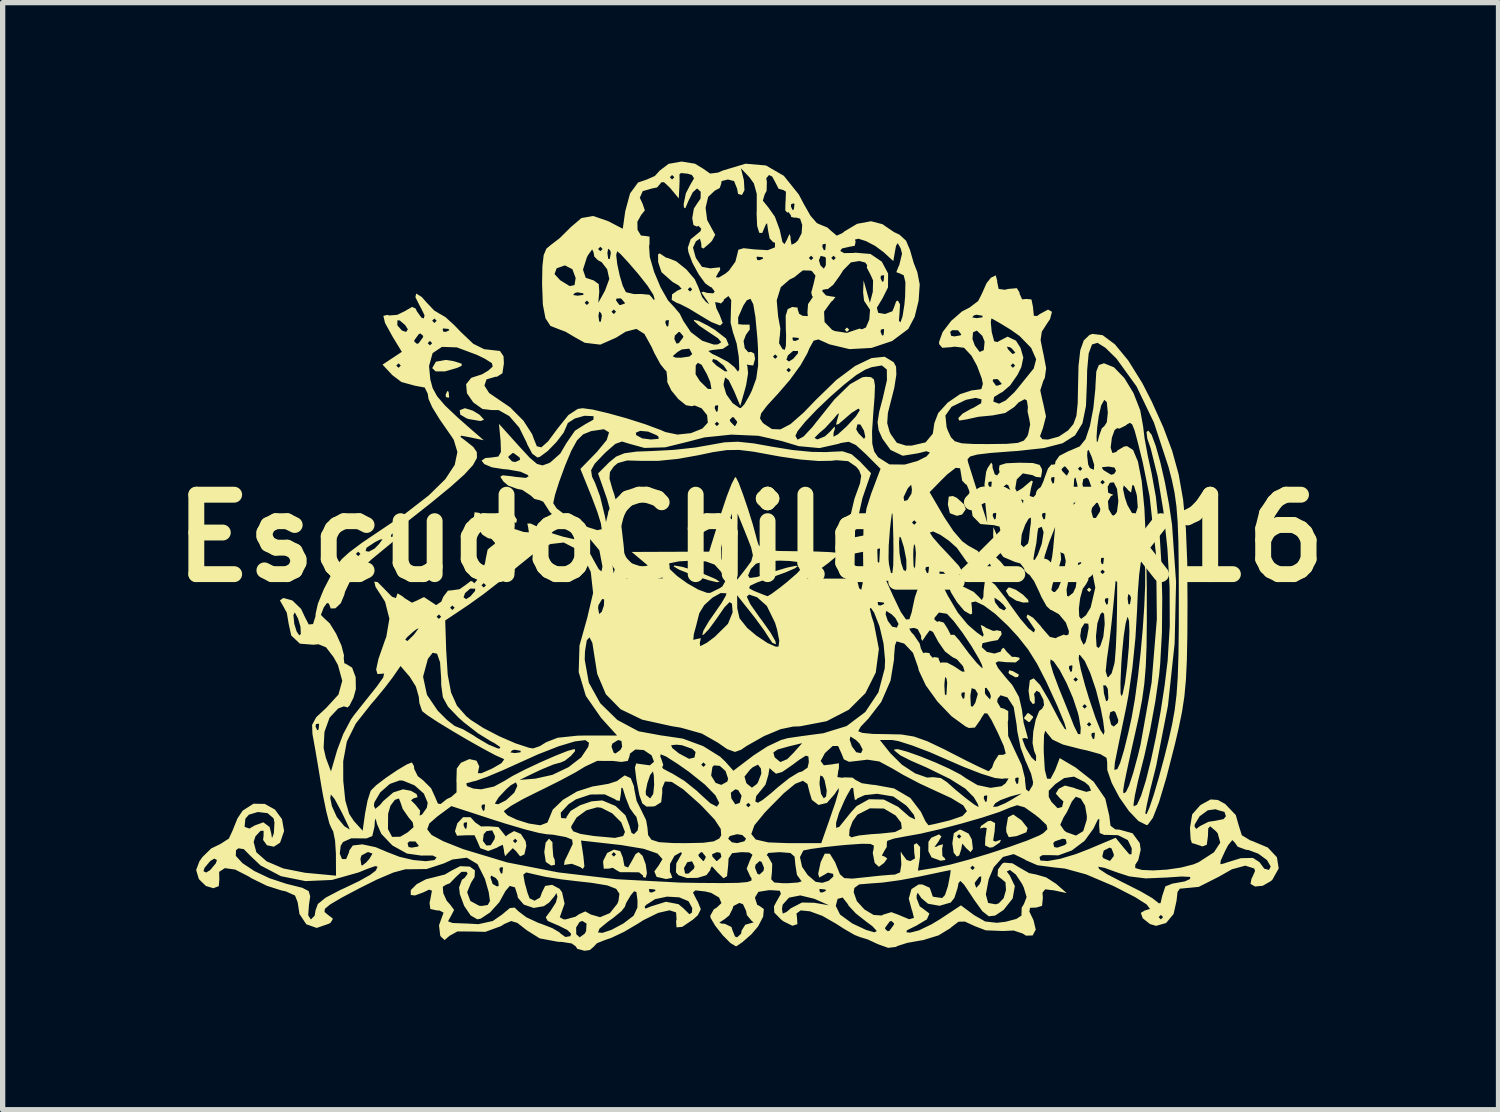
<source format=kicad_pcb>
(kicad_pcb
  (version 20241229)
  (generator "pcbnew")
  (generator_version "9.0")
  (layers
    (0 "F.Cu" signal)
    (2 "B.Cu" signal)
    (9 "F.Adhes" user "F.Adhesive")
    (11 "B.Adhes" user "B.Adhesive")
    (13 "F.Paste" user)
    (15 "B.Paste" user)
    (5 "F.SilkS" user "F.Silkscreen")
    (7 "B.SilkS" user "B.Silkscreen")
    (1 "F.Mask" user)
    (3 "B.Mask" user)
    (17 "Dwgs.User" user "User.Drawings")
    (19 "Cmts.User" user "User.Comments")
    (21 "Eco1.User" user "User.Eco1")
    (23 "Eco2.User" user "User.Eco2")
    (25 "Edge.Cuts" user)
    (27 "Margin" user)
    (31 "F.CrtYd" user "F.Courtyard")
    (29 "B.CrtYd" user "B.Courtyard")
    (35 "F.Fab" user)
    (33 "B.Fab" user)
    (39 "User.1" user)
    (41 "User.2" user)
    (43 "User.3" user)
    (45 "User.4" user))
  (footprint "EscudoChile_23x16"
    (layer "F.Cu")
    (at 11.121 7.112)
    (property "Reference" "EscudoChile_23x16" (at 0 0 0) (layer "F.SilkS") (effects (font (size 1.5 1.5) (thickness 0.3))))
    (attr board_only exclude_from_pos_files exclude_from_bom)
    (fp_poly (pts (xy 1.863 -3.937) (xy 1.82 -3.895) (xy 1.778 -3.937) (xy 1.82 -3.979)) (stroke (width 0) (type solid)) (fill yes) (layer "F.SilkS"))
    (fp_poly (pts (xy 6.435 0.974) (xy 6.392 1.016) (xy 6.35 0.974) (xy 6.392 0.931)) (stroke (width 0) (type solid)) (fill yes) (layer "F.SilkS"))
    (fp_poly (pts (xy -5.701 -2.766) (xy -5.691 -2.665) (xy -5.701 -2.653) (xy -5.751 -2.665) (xy -5.757 -2.709) (xy -5.726 -2.779)) (stroke (width 0) (type solid)) (fill yes) (layer "F.SilkS"))
    (fp_poly (pts (xy -4.476 -0.455) (xy -4.411 -0.35) (xy -4.424 -0.289) (xy -4.501 -0.311) (xy -4.57 -0.379) (xy -4.625 -0.485) (xy -4.587 -0.508)) (stroke (width 0) (type solid)) (fill yes) (layer "F.SilkS"))
    (fp_poly (pts (xy 4.949 2.508) (xy 5.068 2.576) (xy 5.048 2.62) (xy 5 2.625) (xy 4.886 2.563) (xy 4.869 2.541) (xy 4.883 2.493)) (stroke (width 0) (type solid)) (fill yes) (layer "F.SilkS"))
    (fp_poly (pts (xy 5.332 3.366) (xy 5.334 3.387) (xy 5.27 3.469) (xy 5.249 3.471) (xy 5.167 3.407) (xy 5.165 3.387) (xy 5.229 3.304) (xy 5.249 3.302)) (stroke (width 0) (type solid)) (fill yes) (layer "F.SilkS"))
    (fp_poly (pts (xy -5.604 -3.343) (xy -5.454 -3.295) (xy -5.455 -3.255) (xy -5.546 -3.214) (xy -5.773 -3.149) (xy -5.945 -3.15) (xy -6.011 -3.212) (xy -5.941 -3.333) (xy -5.755 -3.367)) (stroke (width 0) (type solid)) (fill yes) (layer "F.SilkS"))
    (fp_poly (pts (xy -5.242 -2.408) (xy -5.117 -2.331) (xy -5.032 -2.239) (xy -5.099 -2.212) (xy -5.315 -2.249) (xy -5.355 -2.26) (xy -5.479 -2.332) (xy -5.492 -2.417) (xy -5.393 -2.455)) (stroke (width 0) (type solid)) (fill yes) (layer "F.SilkS"))
    (fp_poly (pts (xy 3.895 -0.762) (xy 4.03 -0.641) (xy 4.064 -0.547) (xy 3.994 -0.447) (xy 3.895 -0.423) (xy 3.763 -0.472) (xy 3.725 -0.638) (xy 3.742 -0.786) (xy 3.821 -0.797)) (stroke (width 0) (type solid)) (fill yes) (layer "F.SilkS"))
    (fp_poly (pts (xy 4.607 0.334) (xy 4.727 0.45) (xy 4.877 0.634) (xy 4.894 0.733) (xy 4.786 0.762) (xy 4.665 0.693) (xy 4.539 0.526) (xy 4.53 0.508) (xy 4.456 0.321) (xy 4.486 0.262)) (stroke (width 0) (type solid)) (fill yes) (layer "F.SilkS"))
    (fp_poly (pts (xy 5.01 0.974) (xy 5.146 1.068) (xy 5.241 1.165) (xy 5.249 1.211) (xy 5.147 1.215) (xy 5.016 1.178) (xy 4.88 1.092) (xy 4.821 0.993) (xy 4.866 0.934) (xy 4.894 0.931)) (stroke (width 0) (type solid)) (fill yes) (layer "F.SilkS"))
    (fp_poly (pts (xy -3.74 5.74) (xy -3.739 5.821) (xy -3.725 6.008) (xy -3.697 6.075) (xy -3.693 6.165) (xy -3.763 6.181) (xy -3.866 6.112) (xy -3.895 5.927) (xy -3.869 5.748) (xy -3.806 5.673) (xy -3.805 5.673)) (stroke (width 0) (type solid)) (fill yes) (layer "F.SilkS"))
    (fp_poly (pts (xy 5.114 5.325) (xy 5.125 5.337) (xy 5.231 5.473) (xy 5.209 5.551) (xy 5.042 5.617) (xy 5.016 5.626) (xy 4.875 5.644) (xy 4.829 5.548) (xy 4.826 5.472) (xy 4.861 5.267) (xy 4.96 5.216)) (stroke (width 0) (type solid)) (fill yes) (layer "F.SilkS"))
    (fp_poly (pts (xy -1.292 0.54) (xy -1.053 0.613) (xy -0.889 0.673) (xy -0.663 0.77) (xy -0.584 0.823) (xy -0.634 0.83) (xy -0.796 0.792) (xy -1.054 0.709) (xy -1.143 0.677) (xy -1.352 0.592) (xy -1.453 0.532) (xy -1.439 0.515)) (stroke (width 0) (type solid)) (fill yes) (layer "F.SilkS"))
    (fp_poly (pts (xy 3.603 5.631) (xy 3.545 5.731) (xy 3.473 5.83) (xy 3.514 5.823) (xy 3.549 5.802) (xy 3.633 5.778) (xy 3.617 5.865) (xy 3.622 6) (xy 3.667 6.042) (xy 3.679 6.075) (xy 3.587 6.089) (xy 3.417 6.026) (xy 3.357 5.909) (xy 3.358 5.733) (xy 3.411 5.656) (xy 3.559 5.591)) (stroke (width 0) (type solid)) (fill yes) (layer "F.SilkS"))
    (fp_poly (pts (xy 4.618 5.38) (xy 4.608 5.538) (xy 4.604 5.558) (xy 4.58 5.71) (xy 4.63 5.729) (xy 4.657 5.715) (xy 4.728 5.693) (xy 4.707 5.744) (xy 4.577 5.833) (xy 4.515 5.842) (xy 4.427 5.8) (xy 4.433 5.649) (xy 4.439 5.623) (xy 4.459 5.473) (xy 4.404 5.461) (xy 4.393 5.467) (xy 4.332 5.48) (xy 4.352 5.432) (xy 4.483 5.342) (xy 4.536 5.334)) (stroke (width 0) (type solid)) (fill yes) (layer "F.SilkS"))
    (fp_poly (pts (xy 4.119 5.578) (xy 4.178 5.69) (xy 4.198 5.867) (xy 4.154 5.927) (xy 4.065 5.846) (xy 4.061 5.84) (xy 3.998 5.765) (xy 3.981 5.851) (xy 3.981 5.863) (xy 3.94 5.989) (xy 3.895 6.011) (xy 3.835 5.938) (xy 3.81 5.76) (xy 3.81 5.757) (xy 3.829 5.63) (xy 3.895 5.63) (xy 3.937 5.673) (xy 3.979 5.63) (xy 3.937 5.588) (xy 3.895 5.63) (xy 3.829 5.63) (xy 3.838 5.569) (xy 3.939 5.505) (xy 3.969 5.503)) (stroke (width 0) (type solid)) (fill yes) (layer "F.SilkS"))
    (fp_poly (pts (xy -2.461 5.908) (xy -2.412 6.027) (xy -2.381 6.19) (xy -2.313 6.217) (xy -2.246 6.102) (xy -2.17 5.962) (xy -2.113 5.927) (xy -2.038 5.998) (xy -1.979 6.157) (xy -1.956 6.325) (xy -1.979 6.41) (xy -2.028 6.399) (xy -2.032 6.368) (xy -2.106 6.308) (xy -2.286 6.306) (xy -2.463 6.306) (xy -2.54 6.264) (xy -2.54 6.262) (xy -2.603 6.222) (xy -2.674 6.238) (xy -2.771 6.24) (xy -2.784 6.117) (xy -2.78 6.087) (xy -2.721 5.969) (xy -2.625 5.969) (xy -2.582 6.011) (xy -2.54 5.969) (xy -2.582 5.927) (xy -2.625 5.969) (xy -2.721 5.969) (xy -2.707 5.943) (xy -2.58 5.879)) (stroke (width 0) (type solid)) (fill yes) (layer "F.SilkS"))
    (fp_poly (pts (xy -5.286 5.268) (xy -5.2 5.364) (xy -5.088 5.442) (xy -4.95 5.439) (xy -4.761 5.453) (xy -4.688 5.543) (xy -4.621 5.629) (xy -4.575 5.592) (xy -4.465 5.529) (xy -4.337 5.583) (xy -4.247 5.721) (xy -4.233 5.809) (xy -4.27 5.97) (xy -4.351 6.006) (xy -4.431 5.905) (xy -4.49 5.852) (xy -4.564 5.927) (xy -4.635 6.003) (xy -4.655 5.922) (xy -4.655 5.895) (xy -4.678 5.788) (xy -4.767 5.828) (xy -4.783 5.841) (xy -4.953 5.906) (xy -5.103 5.852) (xy -5.162 5.714) (xy -5.054 5.714) (xy -4.987 5.802) (xy -4.905 5.796) (xy -4.855 5.715) (xy -4.487 5.715) (xy -4.445 5.757) (xy -4.403 5.715) (xy -4.445 5.673) (xy -4.487 5.715) (xy -4.855 5.715) (xy -4.832 5.677) (xy -4.826 5.625) (xy -4.878 5.516) (xy -4.985 5.53) (xy -5.038 5.588) (xy -5.054 5.714) (xy -5.162 5.714) (xy -5.165 5.708) (xy -5.211 5.609) (xy -5.371 5.608) (xy -5.376 5.609) (xy -5.542 5.617) (xy -5.581 5.534) (xy -5.547 5.419) (xy -5.419 5.419) (xy -5.388 5.488) (xy -5.362 5.475) (xy -5.352 5.375) (xy -5.362 5.362) (xy -5.413 5.374) (xy -5.419 5.419) (xy -5.547 5.419) (xy -5.537 5.383) (xy -5.428 5.267)) (stroke (width 0) (type solid)) (fill yes) (layer "F.SilkS"))
    (fp_poly (pts (xy -1.049 -7.071) (xy -0.89 -6.974) (xy -0.763 -6.885) (xy -0.615 -6.903) (xy -0.524 -6.942) (xy -0.094 -7.071) (xy 0.291 -7.038) (xy 0.628 -6.843) (xy 0.911 -6.49) (xy 1.007 -6.308) (xy 1.132 -6.088) (xy 1.252 -5.95) (xy 1.302 -5.927) (xy 1.45 -5.867) (xy 1.526 -5.798) (xy 1.628 -5.713) (xy 1.736 -5.762) (xy 1.769 -5.791) (xy 2.012 -5.936) (xy 2.275 -5.985) (xy 2.494 -5.928) (xy 2.522 -5.907) (xy 2.707 -5.781) (xy 2.813 -5.731) (xy 2.936 -5.617) (xy 3.01 -5.443) (xy 3.081 -5.196) (xy 3.148 -5.026) (xy 3.194 -4.792) (xy 3.173 -4.484) (xy 3.098 -4.179) (xy 2.98 -3.955) (xy 2.975 -3.949) (xy 2.673 -3.723) (xy 2.284 -3.593) (xy 1.868 -3.57) (xy 1.484 -3.662) (xy 1.434 -3.686) (xy 1.282 -3.753) (xy 1.192 -3.73) (xy 1.112 -3.588) (xy 1.071 -3.49) (xy 0.943 -3.264) (xy 0.739 -2.985) (xy 0.523 -2.734) (xy 0.31 -2.502) (xy 0.2 -2.356) (xy 0.178 -2.262) (xy 0.226 -2.186) (xy 0.251 -2.162) (xy 0.404 -2.061) (xy 0.564 -2.055) (xy 0.755 -2.155) (xy 1.002 -2.372) (xy 1.236 -2.615) (xy 1.621 -2.989) (xy 1.975 -3.253) (xy 2.284 -3.401) (xy 2.531 -3.427) (xy 2.702 -3.324) (xy 2.747 -3.24) (xy 2.753 -3.089) (xy 2.714 -2.841) (xy 2.666 -2.651) (xy 2.593 -2.365) (xy 2.58 -2.173) (xy 2.625 -2.011) (xy 2.646 -1.966) (xy 2.762 -1.802) (xy 2.934 -1.749) (xy 3.042 -1.749) (xy 3.305 -1.81) (xy 3.441 -1.974) (xy 3.47 -2.173) (xy 3.525 -2.317) (xy 3.679 -2.317) (xy 3.702 -2.095) (xy 3.725 -2.032) (xy 3.784 -1.905) (xy 3.858 -1.83) (xy 3.988 -1.792) (xy 4.212 -1.779) (xy 4.5 -1.778) (xy 4.838 -1.782) (xy 5.045 -1.8) (xy 5.16 -1.843) (xy 5.222 -1.92) (xy 5.242 -1.968) (xy 5.279 -2.149) (xy 5.263 -2.244) (xy 5.23 -2.395) (xy 5.236 -2.477) (xy 5.217 -2.601) (xy 5.175 -2.625) (xy 5.061 -2.564) (xy 4.979 -2.477) (xy 4.807 -2.364) (xy 4.572 -2.319) (xy 4.303 -2.293) (xy 4.072 -2.242) (xy 4.072 -2.242) (xy 3.939 -2.221) (xy 3.923 -2.269) (xy 4.005 -2.354) (xy 4.167 -2.445) (xy 4.204 -2.46) (xy 4.354 -2.549) (xy 4.361 -2.622) (xy 4.25 -2.65) (xy 4.067 -2.613) (xy 3.796 -2.482) (xy 3.679 -2.317) (xy 3.525 -2.317) (xy 3.543 -2.363) (xy 3.722 -2.56) (xy 3.953 -2.719) (xy 4.181 -2.793) (xy 4.207 -2.794) (xy 4.357 -2.815) (xy 4.386 -2.913) (xy 4.375 -2.968) (xy 4.572 -2.968) (xy 4.633 -2.882) (xy 4.657 -2.879) (xy 4.739 -2.908) (xy 4.741 -2.916) (xy 4.682 -2.988) (xy 4.657 -3.006) (xy 4.579 -2.999) (xy 4.572 -2.968) (xy 4.375 -2.968) (xy 4.366 -3.014) (xy 4.275 -3.257) (xy 4.273 -3.26) (xy 4.911 -3.26) (xy 4.953 -3.217) (xy 4.995 -3.26) (xy 4.953 -3.302) (xy 4.911 -3.26) (xy 4.273 -3.26) (xy 4.172 -3.445) (xy 4.031 -3.596) (xy 3.849 -3.617) (xy 3.795 -3.608) (xy 3.621 -3.595) (xy 3.561 -3.664) (xy 3.559 -3.706) (xy 3.579 -3.761) (xy 4.19 -3.761) (xy 4.235 -3.638) (xy 4.325 -3.517) (xy 4.396 -3.546) (xy 4.404 -3.558) (xy 4.41 -3.616) (xy 4.84 -3.616) (xy 4.86 -3.569) (xy 4.945 -3.478) (xy 4.995 -3.497) (xy 4.995 -3.509) (xy 4.935 -3.58) (xy 4.898 -3.606) (xy 4.84 -3.616) (xy 4.41 -3.616) (xy 4.419 -3.712) (xy 4.376 -3.821) (xy 4.272 -3.92) (xy 4.2 -3.887) (xy 4.19 -3.761) (xy 3.579 -3.761) (xy 3.626 -3.892) (xy 3.629 -3.896) (xy 3.769 -3.896) (xy 3.787 -3.822) (xy 3.847 -3.81) (xy 3.963 -3.83) (xy 3.979 -3.847) (xy 3.917 -3.926) (xy 3.806 -3.928) (xy 3.769 -3.896) (xy 3.629 -3.896) (xy 3.767 -4.076) (xy 4.536 -4.076) (xy 4.553 -3.899) (xy 4.555 -3.888) (xy 4.6 -3.718) (xy 4.667 -3.704) (xy 4.684 -3.719) (xy 4.854 -3.806) (xy 5.011 -3.73) (xy 5.098 -3.593) (xy 5.15 -3.412) (xy 5.112 -3.23) (xy 5.041 -3.086) (xy 4.901 -2.885) (xy 4.753 -2.758) (xy 4.729 -2.748) (xy 4.598 -2.667) (xy 4.584 -2.58) (xy 4.691 -2.54) (xy 4.816 -2.601) (xy 4.98 -2.755) (xy 5.031 -2.815) (xy 5.195 -3.018) (xy 5.324 -3.178) (xy 5.346 -3.204) (xy 5.392 -3.379) (xy 5.298 -3.593) (xy 5.078 -3.819) (xy 4.916 -3.934) (xy 4.71 -4.06) (xy 4.574 -4.137) (xy 4.546 -4.149) (xy 4.536 -4.076) (xy 3.767 -4.076) (xy 3.788 -4.104) (xy 3.863 -4.169) (xy 4.185 -4.169) (xy 4.269 -4.155) (xy 4.378 -4.171) (xy 4.38 -4.2) (xy 4.266 -4.22) (xy 4.217 -4.207) (xy 4.185 -4.169) (xy 3.863 -4.169) (xy 3.992 -4.282) (xy 4.136 -4.356) (xy 4.297 -4.478) (xy 4.368 -4.617) (xy 4.456 -4.816) (xy 4.538 -4.918) (xy 4.629 -4.963) (xy 4.656 -4.865) (xy 4.657 -4.835) (xy 4.684 -4.707) (xy 4.799 -4.691) (xy 4.868 -4.707) (xy 5.028 -4.721) (xy 5.079 -4.638) (xy 5.08 -4.614) (xy 5.128 -4.51) (xy 5.207 -4.518) (xy 5.304 -4.508) (xy 5.334 -4.36) (xy 5.334 -4.347) (xy 5.349 -4.2) (xy 5.411 -4.196) (xy 5.458 -4.231) (xy 5.617 -4.317) (xy 5.691 -4.275) (xy 5.654 -4.136) (xy 5.601 -4.058) (xy 5.499 -3.899) (xy 5.476 -3.742) (xy 5.523 -3.507) (xy 5.529 -3.485) (xy 5.581 -3.21) (xy 5.556 -3.027) (xy 5.526 -2.968) (xy 5.47 -2.792) (xy 5.52 -2.564) (xy 5.524 -2.554) (xy 5.578 -2.3) (xy 5.521 -2.08) (xy 5.465 -1.925) (xy 5.511 -1.869) (xy 5.616 -1.863) (xy 5.82 -1.919) (xy 5.995 -2.035) (xy 6.095 -2.154) (xy 6.152 -2.309) (xy 6.177 -2.548) (xy 6.182 -2.818) (xy 6.192 -3.255) (xy 6.226 -3.551) (xy 6.291 -3.734) (xy 6.395 -3.834) (xy 6.452 -3.858) (xy 6.647 -3.834) (xy 6.878 -3.662) (xy 7.131 -3.356) (xy 7.396 -2.93) (xy 7.574 -2.582) (xy 7.792 -2.098) (xy 7.96 -1.65) (xy 8.083 -1.205) (xy 8.167 -0.728) (xy 8.219 -0.185) (xy 8.245 0.458) (xy 8.25 1.228) (xy 8.247 1.829) (xy 8.238 2.297) (xy 8.22 2.671) (xy 8.191 2.986) (xy 8.146 3.28) (xy 8.082 3.591) (xy 8.013 3.887) (xy 7.851 4.519) (xy 7.712 4.984) (xy 7.595 5.281) (xy 7.5 5.41) (xy 7.476 5.416) (xy 7.323 5.339) (xy 7.142 5.149) (xy 6.964 4.894) (xy 6.819 4.62) (xy 6.735 4.376) (xy 6.735 4.373) (xy 6.868 4.373) (xy 6.924 4.36) (xy 6.924 4.36) (xy 6.977 4.246) (xy 7.05 4.005) (xy 7.132 3.673) (xy 7.195 3.387) (xy 7.257 3.034) (xy 7.314 2.617) (xy 7.364 2.166) (xy 7.405 1.71) (xy 7.434 1.277) (xy 7.45 0.897) (xy 7.451 0.598) (xy 7.435 0.409) (xy 7.401 0.36) (xy 7.368 0.459) (xy 7.337 0.691) (xy 7.312 1.021) (xy 7.297 1.368) (xy 7.267 1.88) (xy 7.21 2.442) (xy 7.135 2.966) (xy 7.096 3.175) (xy 7.017 3.557) (xy 6.947 3.896) (xy 6.897 4.146) (xy 6.879 4.233) (xy 6.868 4.373) (xy 6.735 4.373) (xy 6.733 4.228) (xy 6.721 4.146) (xy 6.607 4.078) (xy 6.364 4.01) (xy 6.231 3.981) (xy 5.897 3.895) (xy 5.698 3.801) (xy 5.636 3.725) (xy 6.435 3.725) (xy 6.466 3.795) (xy 6.491 3.782) (xy 6.501 3.681) (xy 6.491 3.669) (xy 6.441 3.681) (xy 6.435 3.725) (xy 5.636 3.725) (xy 5.607 3.691) (xy 5.564 3.634) (xy 5.541 3.715) (xy 5.535 3.946) (xy 5.536 4.043) (xy 5.556 4.373) (xy 5.599 4.54) (xy 5.664 4.542) (xy 5.751 4.377) (xy 5.757 4.362) (xy 5.837 4.151) (xy 6.136 4.328) (xy 6.477 4.596) (xy 6.697 4.915) (xy 6.773 5.241) (xy 6.796 5.428) (xy 6.887 5.497) (xy 6.968 5.503) (xy 7.213 5.571) (xy 7.348 5.756) (xy 7.366 5.884) (xy 7.32 6.079) (xy 7.264 6.164) (xy 7.263 6.227) (xy 7.389 6.263) (xy 7.602 6.272) (xy 7.861 6.257) (xy 8.128 6.218) (xy 8.362 6.158) (xy 8.367 6.156) (xy 8.87 6.156) (xy 8.94 6.141) (xy 8.961 6.132) (xy 9.256 6.041) (xy 9.486 6.036) (xy 9.613 6.119) (xy 9.618 6.129) (xy 9.699 6.239) (xy 9.788 6.263) (xy 9.821 6.199) (xy 9.751 6.077) (xy 9.588 5.957) (xy 9.402 5.887) (xy 9.356 5.883) (xy 9.198 5.825) (xy 9.144 5.748) (xy 9.096 5.699) (xy 9.017 5.796) (xy 8.961 5.903) (xy 8.877 6.088) (xy 8.87 6.156) (xy 8.367 6.156) (xy 8.46 6.117) (xy 8.749 5.93) (xy 8.868 5.748) (xy 8.82 5.571) (xy 8.783 5.529) (xy 8.678 5.439) (xy 8.641 5.479) (xy 8.636 5.621) (xy 8.614 5.788) (xy 8.534 5.819) (xy 8.502 5.809) (xy 8.367 5.764) (xy 8.333 5.757) (xy 8.309 5.683) (xy 8.298 5.5) (xy 8.297 5.463) (xy 8.301 5.442) (xy 8.382 5.442) (xy 8.415 5.489) (xy 8.484 5.436) (xy 8.646 5.354) (xy 8.78 5.334) (xy 8.931 5.303) (xy 8.975 5.249) (xy 8.947 5.167) (xy 8.939 5.165) (xy 8.839 5.138) (xy 8.781 5.117) (xy 8.633 5.137) (xy 8.478 5.251) (xy 8.387 5.403) (xy 8.382 5.442) (xy 8.301 5.442) (xy 8.338 5.214) (xy 8.486 5.046) (xy 8.517 5.025) (xy 8.687 4.932) (xy 8.823 4.942) (xy 8.961 5.017) (xy 9.161 5.226) (xy 9.212 5.405) (xy 9.275 5.607) (xy 9.437 5.706) (xy 9.466 5.714) (xy 9.766 5.84) (xy 9.938 6.023) (xy 9.972 6.234) (xy 9.853 6.447) (xy 9.824 6.474) (xy 9.67 6.562) (xy 9.525 6.576) (xy 9.439 6.526) (xy 9.46 6.421) (xy 9.472 6.405) (xy 9.525 6.282) (xy 9.51 6.236) (xy 9.341 6.182) (xy 9.088 6.251) (xy 8.84 6.392) (xy 8.462 6.583) (xy 8.12 6.616) (xy 8.107 6.614) (xy 8.061 6.68) (xy 8.043 6.845) (xy 7.987 7.095) (xy 7.846 7.265) (xy 7.657 7.319) (xy 7.542 7.285) (xy 7.405 7.176) (xy 7.397 7.154) (xy 7.705 7.154) (xy 7.747 7.197) (xy 7.789 7.154) (xy 7.747 7.112) (xy 7.705 7.154) (xy 7.397 7.154) (xy 7.368 7.074) (xy 7.446 7.027) (xy 7.451 7.027) (xy 7.542 6.999) (xy 7.478 6.914) (xy 7.262 6.777) (xy 6.899 6.59) (xy 6.837 6.56) (xy 6.336 6.347) (xy 5.934 6.237) (xy 5.736 6.216) (xy 5.628 6.202) (xy 6.563 6.202) (xy 6.582 6.245) (xy 6.729 6.342) (xy 6.999 6.483) (xy 7.084 6.525) (xy 7.368 6.669) (xy 7.587 6.796) (xy 7.699 6.884) (xy 7.704 6.892) (xy 7.741 6.89) (xy 7.772 6.755) (xy 7.773 6.752) (xy 7.832 6.573) (xy 7.974 6.518) (xy 7.985 6.518) (xy 8.197 6.48) (xy 8.297 6.435) (xy 8.302 6.395) (xy 8.141 6.387) (xy 7.859 6.406) (xy 7.46 6.423) (xy 7.152 6.385) (xy 6.938 6.316) (xy 6.68 6.223) (xy 6.563 6.202) (xy 5.628 6.202) (xy 5.415 6.174) (xy 5.192 6.077) (xy 5.176 6.064) (xy 5.084 6.019) (xy 5.456 6.019) (xy 5.471 6.085) (xy 5.611 6.095) (xy 5.844 6.053) (xy 5.999 6.007) (xy 6.641 6.007) (xy 6.663 6.042) (xy 6.786 6.093) (xy 6.856 6.003) (xy 6.858 5.969) (xy 6.815 5.856) (xy 6.778 5.842) (xy 6.668 5.898) (xy 6.641 6.007) (xy 5.999 6.007) (xy 6.139 5.965) (xy 6.37 5.876) (xy 6.893 5.656) (xy 7.045 5.843) (xy 7.153 5.969) (xy 7.192 5.966) (xy 7.197 5.853) (xy 7.123 5.7) (xy 6.939 5.607) (xy 6.699 5.601) (xy 6.683 5.604) (xy 6.592 5.566) (xy 6.581 5.419) (xy 6.585 5.297) (xy 6.556 5.314) (xy 6.476 5.478) (xy 6.476 5.48) (xy 6.307 5.713) (xy 6.066 5.895) (xy 5.811 5.988) (xy 5.663 5.984) (xy 5.51 5.984) (xy 5.456 6.019) (xy 5.084 6.019) (xy 4.969 5.964) (xy 4.766 6.018) (xy 4.591 6.213) (xy 4.497 6.437) (xy 4.442 6.725) (xy 4.486 6.886) (xy 4.627 6.912) (xy 4.685 6.894) (xy 4.778 6.797) (xy 4.823 6.641) (xy 4.813 6.496) (xy 4.741 6.435) (xy 4.664 6.377) (xy 4.671 6.255) (xy 4.75 6.145) (xy 4.787 6.125) (xy 4.945 6.138) (xy 5.069 6.213) (xy 5.26 6.323) (xy 5.395 6.35) (xy 5.582 6.404) (xy 5.769 6.525) (xy 5.969 6.7) (xy 5.73 6.649) (xy 5.563 6.629) (xy 5.512 6.692) (xy 5.519 6.791) (xy 5.504 6.941) (xy 5.397 6.973) (xy 5.277 6.978) (xy 5.264 7.049) (xy 5.342 7.211) (xy 5.385 7.389) (xy 5.326 7.5) (xy 5.201 7.504) (xy 5.138 7.464) (xy 4.968 7.407) (xy 4.765 7.416) (xy 4.439 7.403) (xy 4.236 7.325) (xy 4.047 7.238) (xy 3.926 7.241) (xy 3.796 7.34) (xy 3.767 7.366) (xy 3.548 7.499) (xy 3.258 7.588) (xy 3.204 7.596) (xy 2.956 7.641) (xy 2.776 7.698) (xy 2.742 7.717) (xy 2.598 7.734) (xy 2.403 7.664) (xy 2.209 7.574) (xy 2.077 7.534) (xy 2.074 7.534) (xy 1.961 7.489) (xy 1.763 7.374) (xy 1.617 7.28) (xy 1.355 7.13) (xy 1.12 7.044) (xy 0.946 7.027) (xy 0.867 7.086) (xy 0.876 7.152) (xy 0.885 7.287) (xy 0.79 7.317) (xy 0.622 7.234) (xy 0.58 7.202) (xy 0.448 7.068) (xy 0.445 7.001) (xy 0.593 7.001) (xy 0.608 7.087) (xy 0.68 7.056) (xy 0.76 6.987) (xy 0.85 6.941) (xy 1.609 6.941) (xy 1.69 7.106) (xy 1.92 7.273) (xy 1.926 7.276) (xy 2.18 7.395) (xy 2.338 7.441) (xy 2.339 7.44) (xy 2.943 7.44) (xy 3.012 7.447) (xy 3.18 7.404) (xy 3.418 7.289) (xy 3.58 7.191) (xy 3.972 6.932) (xy 4.22 7.116) (xy 4.43 7.236) (xy 4.649 7.261) (xy 4.817 7.241) (xy 5.019 7.188) (xy 5.116 7.124) (xy 5.115 7.101) (xy 5.119 6.976) (xy 5.163 6.903) (xy 5.212 6.775) (xy 5.157 6.59) (xy 5.125 6.525) (xy 5.009 6.35) (xy 4.902 6.267) (xy 4.892 6.265) (xy 4.837 6.293) (xy 4.894 6.367) (xy 4.99 6.568) (xy 4.949 6.802) (xy 4.781 7.014) (xy 4.774 7.02) (xy 4.618 7.125) (xy 4.498 7.138) (xy 4.376 7.042) (xy 4.216 6.819) (xy 4.168 6.745) (xy 4.033 6.543) (xy 4.015 6.524) (xy 4.233 6.524) (xy 4.261 6.601) (xy 4.323 6.534) (xy 4.35 6.473) (xy 4.356 6.385) (xy 4.317 6.393) (xy 4.236 6.501) (xy 4.233 6.524) (xy 4.015 6.524) (xy 3.961 6.47) (xy 3.926 6.512) (xy 3.909 6.604) (xy 3.849 6.79) (xy 3.78 6.878) (xy 3.568 6.94) (xy 3.351 6.901) (xy 3.224 6.795) (xy 3.156 6.692) (xy 3.137 6.739) (xy 3.135 6.797) (xy 3.195 6.951) (xy 3.26 6.997) (xy 3.377 7.086) (xy 3.33 7.196) (xy 3.124 7.319) (xy 3.111 7.324) (xy 2.952 7.403) (xy 2.943 7.44) (xy 2.339 7.44) (xy 2.384 7.417) (xy 2.347 7.376) (xy 2.54 7.376) (xy 2.592 7.422) (xy 2.625 7.408) (xy 2.706 7.296) (xy 2.709 7.271) (xy 2.657 7.225) (xy 2.625 7.239) (xy 2.543 7.351) (xy 2.54 7.376) (xy 2.347 7.376) (xy 2.3 7.325) (xy 2.189 7.243) (xy 1.988 7.085) (xy 1.854 6.941) (xy 1.834 6.905) (xy 1.739 6.784) (xy 1.644 6.809) (xy 1.609 6.941) (xy 0.85 6.941) (xy 0.972 6.878) (xy 1.204 6.883) (xy 1.482 6.931) (xy 1.204 6.808) (xy 0.94 6.744) (xy 0.726 6.786) (xy 0.606 6.92) (xy 0.593 7.001) (xy 0.445 7.001) (xy 0.442 6.951) (xy 0.487 6.865) (xy 0.572 6.715) (xy 0.553 6.656) (xy 0.402 6.646) (xy 0.339 6.646) (xy 0.148 6.677) (xy 0.085 6.781) (xy 0.085 6.795) (xy 0.125 6.92) (xy 0.169 6.943) (xy 0.251 7.001) (xy 0.238 7.145) (xy 0.142 7.33) (xy 0.017 7.477) (xy -0.149 7.623) (xy -0.262 7.701) (xy -0.276 7.705) (xy -0.38 7.643) (xy -0.526 7.495) (xy -0.666 7.318) (xy -0.702 7.258) (xy -0.59 7.258) (xy -0.545 7.277) (xy -0.487 7.279) (xy -0.361 7.34) (xy -0.339 7.408) (xy -0.293 7.521) (xy -0.254 7.535) (xy -0.179 7.467) (xy -0.169 7.408) (xy -0.1 7.298) (xy -0.021 7.275) (xy 0.059 7.253) (xy 0.021 7.225) (xy -0.07 7.115) (xy -0.085 7.034) (xy -0.144 6.909) (xy -0.212 6.886) (xy -0.324 6.945) (xy -0.339 6.995) (xy -0.404 7.123) (xy -0.487 7.19) (xy -0.59 7.258) (xy -0.702 7.258) (xy -0.753 7.17) (xy -0.762 7.131) (xy -0.694 7.007) (xy -0.64 6.975) (xy -0.55 6.889) (xy -0.594 6.784) (xy -0.744 6.696) (xy -0.852 6.67) (xy -1.041 6.649) (xy -1.087 6.69) (xy -1.018 6.827) (xy -0.995 6.865) (xy -0.939 7.004) (xy -0.996 7.119) (xy -1.089 7.202) (xy -1.29 7.338) (xy -1.398 7.347) (xy -1.406 7.228) (xy -1.397 7.197) (xy -1.406 7.065) (xy -1.53 7.025) (xy -1.744 7.074) (xy -2.021 7.21) (xy -2.123 7.275) (xy -2.387 7.431) (xy -2.634 7.548) (xy -2.731 7.58) (xy -2.899 7.646) (xy -2.963 7.714) (xy -3.034 7.775) (xy -3.133 7.789) (xy -3.27 7.754) (xy -3.302 7.705) (xy -3.377 7.651) (xy -3.564 7.622) (xy -3.634 7.62) (xy -3.982 7.555) (xy -4.228 7.4) (xy -4.403 7.263) (xy -4.52 7.228) (xy -4.648 7.283) (xy -4.712 7.324) (xy -5.007 7.432) (xy -5.258 7.426) (xy -5.534 7.424) (xy -5.684 7.507) (xy -5.777 7.587) (xy -5.849 7.52) (xy -5.86 7.499) (xy -5.882 7.309) (xy -5.843 7.198) (xy -5.796 7.069) (xy -5.874 7.029) (xy -5.925 7.027) (xy -6.046 7) (xy -6.061 6.886) (xy -6.044 6.807) (xy -6.016 6.654) (xy -6.07 6.635) (xy -6.176 6.686) (xy -6.336 6.745) (xy -6.416 6.736) (xy -6.415 6.643) (xy -6.353 6.582) (xy -5.811 6.582) (xy -5.801 6.704) (xy -5.737 6.844) (xy -5.676 6.912) (xy -5.597 7.018) (xy -5.658 7.136) (xy -5.712 7.233) (xy -5.626 7.265) (xy -5.57 7.267) (xy -5.332 7.276) (xy -5.139 7.287) (xy -4.867 7.227) (xy -4.694 7.107) (xy -4.545 6.983) (xy -4.454 6.974) (xy -4.381 7.045) (xy -4.233 7.157) (xy -4.005 7.263) (xy -3.959 7.278) (xy -3.744 7.361) (xy -3.608 7.441) (xy -3.595 7.457) (xy -3.497 7.529) (xy -3.404 7.514) (xy -3.387 7.469) (xy -3.457 7.398) (xy -3.555 7.349) (xy -3.293 7.349) (xy -3.291 7.476) (xy -3.226 7.535) (xy -3.133 7.468) (xy -3.119 7.443) (xy -2.88 7.443) (xy -2.796 7.451) (xy -2.624 7.393) (xy -2.401 7.274) (xy -2.208 7.127) (xy -2.136 6.972) (xy -2.136 6.959) (xy -2 6.959) (xy -1.984 6.994) (xy -1.878 6.951) (xy -1.598 6.864) (xy -1.362 6.909) (xy -1.27 6.985) (xy -1.155 7.099) (xy -1.107 7.068) (xy -1.101 6.982) (xy -1.172 6.853) (xy -1.348 6.78) (xy -1.577 6.767) (xy -1.803 6.815) (xy -1.973 6.924) (xy -2 6.959) (xy -2.136 6.959) (xy -2.134 6.845) (xy -2.155 6.681) (xy -2.198 6.665) (xy -2.262 6.742) (xy -2.35 6.889) (xy -2.371 6.956) (xy -2.435 7.039) (xy -2.596 7.172) (xy -2.687 7.236) (xy -2.851 7.37) (xy -2.88 7.443) (xy -3.119 7.443) (xy -3.105 7.417) (xy -3.097 7.275) (xy -3.177 7.226) (xy -3.229 7.246) (xy -3.293 7.349) (xy -3.555 7.349) (xy -3.63 7.311) (xy -3.655 7.302) (xy -3.83 7.226) (xy -3.867 7.158) (xy -3.788 7.05) (xy -3.782 7.044) (xy -3.675 6.877) (xy -3.647 6.767) (xy -3.666 6.698) (xy -3.697 6.753) (xy -3.802 6.878) (xy -3.902 6.947) (xy -4.095 6.981) (xy -4.282 6.917) (xy -4.394 6.786) (xy -4.403 6.733) (xy -4.449 6.592) (xy -4.546 6.565) (xy -4.628 6.662) (xy -4.745 6.874) (xy -4.918 7.065) (xy -5.093 7.182) (xy -5.158 7.196) (xy -5.285 7.122) (xy -5.407 6.943) (xy -5.489 6.719) (xy -5.503 6.594) (xy -5.45 6.449) (xy -5.397 6.411) (xy -5.342 6.335) (xy -5.362 6.298) (xy -5.458 6.299) (xy -5.559 6.392) (xy -5.679 6.515) (xy -5.753 6.544) (xy -5.811 6.582) (xy -6.353 6.582) (xy -6.302 6.531) (xy -6.126 6.438) (xy -5.98 6.402) (xy -5.771 6.349) (xy -5.652 6.279) (xy -5.484 6.192) (xy -5.3 6.2) (xy -5.204 6.271) (xy -5.21 6.396) (xy -5.277 6.504) (xy -5.351 6.683) (xy -5.29 6.849) (xy -5.124 6.939) (xy -5.076 6.943) (xy -4.962 6.925) (xy -4.92 6.85) (xy -4.944 6.681) (xy -5.016 6.43) (xy -5.03 6.404) (xy -4.911 6.404) (xy -4.869 6.528) (xy -4.785 6.576) (xy -4.754 6.56) (xy -4.766 6.473) (xy -4.81 6.416) (xy -4.896 6.369) (xy -4.911 6.404) (xy -5.03 6.404) (xy -5.056 6.351) (xy -4.29 6.351) (xy -4.264 6.504) (xy -4.211 6.696) (xy -4.172 6.799) (xy -4.078 6.844) (xy -3.974 6.784) (xy -3.937 6.683) (xy -3.878 6.565) (xy -3.746 6.544) (xy -3.607 6.619) (xy -3.559 6.684) (xy -3.511 6.9) (xy -3.556 7.027) (xy -3.602 7.156) (xy -3.529 7.196) (xy -3.491 7.197) (xy -3.305 7.146) (xy -3.238 7.099) (xy -3.12 7.046) (xy -3.015 7.105) (xy -2.841 7.155) (xy -2.656 7.078) (xy -2.515 6.901) (xy -2.494 6.848) (xy -2.476 6.713) (xy -2.529 6.632) (xy -1.919 6.632) (xy -1.907 6.683) (xy -1.863 6.689) (xy -1.793 6.658) (xy -1.806 6.632) (xy 1.298 6.632) (xy 1.31 6.683) (xy 1.355 6.689) (xy 1.368 6.683) (xy 1.947 6.683) (xy 2.007 6.852) (xy 2.15 7.009) (xy 2.324 7.113) (xy 2.476 7.123) (xy 2.504 7.107) (xy 2.658 7.06) (xy 2.783 7.106) (xy 2.994 7.194) (xy 3.085 7.169) (xy 3.052 7.035) (xy 3.046 7.024) (xy 2.987 6.805) (xy 3.037 6.626) (xy 3.173 6.537) (xy 3.246 6.538) (xy 3.382 6.599) (xy 3.408 6.67) (xy 3.44 6.765) (xy 3.471 6.773) (xy 3.609 6.792) (xy 3.616 6.795) (xy 3.671 6.737) (xy 3.727 6.567) (xy 3.732 6.54) (xy 3.768 6.355) (xy 3.779 6.266) (xy 3.778 6.265) (xy 3.697 6.281) (xy 3.492 6.324) (xy 3.207 6.384) (xy 3.175 6.391) (xy 2.824 6.456) (xy 2.491 6.502) (xy 2.265 6.518) (xy 2.051 6.536) (xy 1.96 6.603) (xy 1.947 6.683) (xy 1.368 6.683) (xy 1.424 6.658) (xy 1.411 6.632) (xy 1.311 6.622) (xy 1.298 6.632) (xy -1.806 6.632) (xy -1.907 6.622) (xy -1.919 6.632) (xy -2.529 6.632) (xy -2.537 6.62) (xy -2.705 6.555) (xy -3.003 6.506) (xy -3.223 6.482) (xy -3.563 6.442) (xy -3.871 6.393) (xy -4.06 6.351) (xy -4.235 6.31) (xy -4.29 6.351) (xy -5.056 6.351) (xy -5.099 6.265) (xy -4.741 6.265) (xy -4.71 6.335) (xy -4.685 6.322) (xy -4.675 6.221) (xy -4.685 6.209) (xy -4.735 6.221) (xy -4.741 6.265) (xy -5.099 6.265) (xy -5.156 6.153) (xy -5.358 6.032) (xy -5.628 6.066) (xy -5.791 6.14) (xy -6.117 6.246) (xy -6.339 6.249) (xy -6.517 6.251) (xy -6.744 6.312) (xy -7.054 6.444) (xy -7.381 6.607) (xy -7.725 6.789) (xy -7.937 6.914) (xy -8.037 6.997) (xy -8.044 7.056) (xy -7.992 7.1) (xy -7.885 7.183) (xy -7.924 7.254) (xy -7.959 7.278) (xy -8.191 7.358) (xy -8.388 7.289) (xy -8.517 7.095) (xy -8.551 6.873) (xy -8.601 6.746) (xy -8.774 6.668) (xy -8.858 6.65) (xy -9.131 6.563) (xy -9.421 6.421) (xy -9.48 6.384) (xy -9.731 6.256) (xy -9.925 6.229) (xy -10.033 6.299) (xy -10.03 6.445) (xy -10.04 6.569) (xy -10.142 6.608) (xy -10.283 6.566) (xy -10.408 6.445) (xy -10.42 6.424) (xy -10.461 6.286) (xy -10.329 6.286) (xy -10.278 6.312) (xy -10.202 6.265) (xy -10.096 6.138) (xy -10.075 6.075) (xy -10.126 6.049) (xy -10.202 6.096) (xy -10.309 6.223) (xy -10.329 6.286) (xy -10.461 6.286) (xy -10.468 6.265) (xy -10.407 6.103) (xy -10.351 6.022) (xy -10.326 5.997) (xy -9.719 5.997) (xy -9.593 6.135) (xy -9.37 6.283) (xy -9.082 6.42) (xy -8.76 6.526) (xy -8.714 6.537) (xy -8.464 6.6) (xy -8.343 6.662) (xy -8.314 6.761) (xy -8.337 6.916) (xy -8.352 7.119) (xy -8.303 7.197) (xy -8.301 7.197) (xy -8.23 7.126) (xy -8.213 7.024) (xy -8.17 6.906) (xy -8.022 6.786) (xy -7.745 6.641) (xy -7.672 6.608) (xy -7.394 6.475) (xy -7.18 6.355) (xy -7.075 6.274) (xy -7.075 6.273) (xy -7.042 6.202) (xy -7.088 6.191) (xy -7.241 6.245) (xy -7.4 6.31) (xy -7.902 6.452) (xy -8.403 6.474) (xy -8.866 6.381) (xy -9.252 6.178) (xy -9.423 6.016) (xy -9.569 5.87) (xy -9.67 5.855) (xy -9.715 5.89) (xy -9.719 5.997) (xy -10.326 5.997) (xy -10.183 5.857) (xy -10.011 5.774) (xy -9.85 5.671) (xy -9.78 5.52) (xy -9.752 5.449) (xy -9.553 5.449) (xy -9.463 5.482) (xy -9.361 5.423) (xy -9.199 5.364) (xy -9.081 5.452) (xy -9.05 5.572) (xy -9.036 5.663) (xy -9.008 5.592) (xy -9 5.562) (xy -8.989 5.365) (xy -9.007 5.287) (xy -9.12 5.191) (xy -9.303 5.169) (xy -9.472 5.22) (xy -9.538 5.295) (xy -9.553 5.449) (xy -9.752 5.449) (xy -9.687 5.289) (xy -9.59 5.144) (xy -9.386 5.013) (xy -9.172 5.016) (xy -8.98 5.123) (xy -8.847 5.303) (xy -8.807 5.528) (xy -8.883 5.749) (xy -9 5.824) (xy -9.131 5.797) (xy -9.204 5.696) (xy -9.195 5.623) (xy -9.194 5.524) (xy -9.25 5.524) (xy -9.347 5.627) (xy -9.382 5.734) (xy -9.331 5.929) (xy -9.136 6.101) (xy -8.822 6.235) (xy -8.413 6.316) (xy -8.362 6.321) (xy -7.827 6.371) (xy -7.829 5.958) (xy -7.829 5.954) (xy -7.756 5.954) (xy -7.714 6.057) (xy -7.638 6.058) (xy -7.634 6.054) (xy -7.366 6.054) (xy -7.349 6.167) (xy -7.334 6.181) (xy -7.261 6.125) (xy -7.197 6.054) (xy -7.138 5.954) (xy -7.215 5.927) (xy -7.229 5.927) (xy -7.347 5.99) (xy -7.366 6.054) (xy -7.634 6.054) (xy -7.633 6.052) (xy -7.579 5.924) (xy -7.578 5.898) (xy -7.509 5.801) (xy -7.33 5.78) (xy -7.079 5.833) (xy -6.868 5.922) (xy -6.629 6.015) (xy -6.366 6.076) (xy -6.13 6.098) (xy -5.969 6.077) (xy -5.927 6.028) (xy -6 5.991) (xy -6.179 5.991) (xy -6.208 5.993) (xy -6.486 5.954) (xy -6.761 5.802) (xy -6.806 5.756) (xy -6.476 5.756) (xy -6.458 5.83) (xy -6.397 5.842) (xy -6.281 5.822) (xy -6.265 5.805) (xy -6.327 5.726) (xy -6.439 5.724) (xy -6.476 5.756) (xy -6.806 5.756) (xy -6.972 5.581) (xy -7.011 5.492) (xy -6.846 5.492) (xy -6.768 5.639) (xy -6.614 5.636) (xy -6.473 5.553) (xy -6.409 5.496) (xy -6.105 5.496) (xy -6.023 5.602) (xy -5.804 5.72) (xy -5.437 5.866) (xy -5.421 5.872) (xy -4.595 6.121) (xy -3.627 6.31) (xy -2.533 6.438) (xy -1.328 6.502) (xy -0.984 6.508) (xy -0.539 6.511) (xy -0.24 6.507) (xy -0.063 6.492) (xy 0.016 6.465) (xy 0.019 6.422) (xy -0.006 6.385) (xy -0.073 6.24) (xy -0.067 6.223) (xy 0.085 6.223) (xy 0.13 6.336) (xy 0.169 6.35) (xy 0.244 6.281) (xy 0.254 6.223) (xy 0.208 6.11) (xy 0.169 6.096) (xy 0.094 6.165) (xy 0.085 6.223) (xy -0.067 6.223) (xy -0.015 6.089) (xy 0.033 5.984) (xy 0.304 5.984) (xy 0.329 6.004) (xy 0.409 6.147) (xy 0.404 6.299) (xy 0.39 6.438) (xy 0.447 6.5) (xy 0.618 6.514) (xy 0.71 6.513) (xy 0.899 6.5) (xy 0.968 6.476) (xy 0.953 6.463) (xy 0.876 6.357) (xy 0.847 6.174) (xy 0.832 6.021) (xy 0.933 6.021) (xy 0.973 6.204) (xy 1.079 6.359) (xy 1.228 6.487) (xy 1.355 6.506) (xy 1.474 6.468) (xy 1.564 6.387) (xy 1.558 6.337) (xy 1.462 6.313) (xy 1.389 6.356) (xy 1.297 6.407) (xy 1.277 6.335) (xy 1.322 6.123) (xy 1.323 6.117) (xy 1.401 5.955) (xy 1.497 5.957) (xy 1.598 6.121) (xy 1.625 6.191) (xy 1.688 6.345) (xy 1.769 6.417) (xy 1.921 6.427) (xy 2.15 6.403) (xy 2.428 6.373) (xy 2.653 6.354) (xy 2.725 6.351) (xy 2.823 6.309) (xy 2.847 6.16) (xy 2.842 6.075) (xy 2.834 5.932) (xy 2.847 5.927) (xy 2.853 5.948) (xy 2.945 6.074) (xy 3.017 6.096) (xy 3.105 6.045) (xy 3.09 5.927) (xy 3.084 5.787) (xy 3.137 5.757) (xy 3.202 5.831) (xy 3.199 6.016) (xy 3.16 6.276) (xy 3.482 6.223) (xy 4.149 6.223) (xy 4.191 6.265) (xy 4.233 6.223) (xy 4.191 6.181) (xy 4.149 6.223) (xy 3.482 6.223) (xy 3.506 6.219) (xy 3.776 6.161) (xy 4.126 6.067) (xy 4.511 5.951) (xy 4.89 5.827) (xy 5.085 5.757) (xy 5.715 5.757) (xy 5.733 5.831) (xy 5.79 5.842) (xy 5.936 5.792) (xy 5.969 5.757) (xy 5.951 5.684) (xy 5.894 5.673) (xy 5.748 5.722) (xy 5.715 5.757) (xy 5.085 5.757) (xy 5.218 5.71) (xy 5.451 5.612) (xy 5.527 5.569) (xy 5.605 5.493) (xy 5.588 5.413) (xy 5.584 5.41) (xy 5.848 5.41) (xy 5.922 5.518) (xy 5.962 5.549) (xy 6.144 5.614) (xy 6.281 5.53) (xy 6.347 5.316) (xy 6.35 5.249) (xy 6.316 5.05) (xy 6.235 4.916) (xy 6.141 4.881) (xy 6.066 4.972) (xy 5.975 5.168) (xy 5.908 5.275) (xy 5.848 5.41) (xy 5.584 5.41) (xy 5.457 5.289) (xy 5.378 5.225) (xy 5.175 5.081) (xy 5.033 5.041) (xy 4.903 5.084) (xy 4.699 5.168) (xy 4.379 5.273) (xy 3.992 5.385) (xy 3.587 5.491) (xy 3.213 5.578) (xy 2.934 5.628) (xy 2.709 5.67) (xy 2.584 5.713) (xy 2.574 5.735) (xy 2.571 5.831) (xy 2.529 5.898) (xy 2.479 5.992) (xy 2.533 6.011) (xy 2.581 6.047) (xy 2.522 6.13) (xy 2.423 6.204) (xy 2.349 6.136) (xy 2.342 6.124) (xy 2.307 5.941) (xy 2.322 5.869) (xy 2.329 5.804) (xy 2.265 5.772) (xy 2.1 5.769) (xy 1.805 5.79) (xy 1.716 5.798) (xy 1.396 5.832) (xy 1.144 5.866) (xy 1.005 5.894) (xy 0.995 5.898) (xy 0.933 6.021) (xy 0.832 6.021) (xy 0.831 6.012) (xy 0.752 5.943) (xy 0.559 5.928) (xy 0.529 5.928) (xy 0.335 5.942) (xy 0.304 5.984) (xy 0.033 5.984) (xy 0.037 5.976) (xy -0.025 5.933) (xy -0.169 5.927) (xy -0.349 5.947) (xy -0.415 6.046) (xy -0.423 6.181) (xy -0.444 6.381) (xy -0.51 6.42) (xy -0.632 6.303) (xy -0.644 6.287) (xy -0.73 6.194) (xy -0.758 6.241) (xy -0.759 6.265) (xy -0.833 6.362) (xy -1.003 6.413) (xy -1.202 6.415) (xy -1.361 6.363) (xy -1.409 6.307) (xy -1.406 6.228) (xy -1.257 6.228) (xy -1.236 6.332) (xy -1.172 6.332) (xy -1.068 6.238) (xy -1.058 6.195) (xy -1.104 6.1) (xy -1.194 6.117) (xy -1.257 6.228) (xy -1.406 6.228) (xy -1.402 6.14) (xy -1.354 6.053) (xy -1.312 5.979) (xy -0.987 5.979) (xy -0.974 6.011) (xy -0.898 6.092) (xy -0.884 6.096) (xy -0.848 6.03) (xy -0.847 6.011) (xy -0.883 5.966) (xy -0.726 5.966) (xy -0.72 6.011) (xy -0.647 6.092) (xy -0.635 6.096) (xy -0.568 6.037) (xy -0.55 6.011) (xy -0.57 5.94) (xy -0.635 5.927) (xy -0.726 5.966) (xy -0.883 5.966) (xy -0.912 5.93) (xy -0.936 5.927) (xy -0.987 5.979) (xy -1.312 5.979) (xy -1.296 5.951) (xy -1.314 5.927) (xy -1.437 5.997) (xy -1.521 6.15) (xy -1.523 6.301) (xy -1.507 6.329) (xy -1.477 6.412) (xy -1.593 6.435) (xy -1.774 6.394) (xy -1.817 6.291) (xy -1.737 6.182) (xy -1.663 6.059) (xy -1.757 5.953) (xy -2.018 5.864) (xy -2.444 5.793) (xy -2.516 5.785) (xy -3.201 5.708) (xy -3.156 6.008) (xy -3.137 6.196) (xy -3.166 6.244) (xy -3.217 6.208) (xy -3.374 6.147) (xy -3.448 6.157) (xy -3.521 6.169) (xy -3.511 6.094) (xy -3.44 5.948) (xy -3.358 5.773) (xy -3.369 5.69) (xy -3.48 5.645) (xy -3.495 5.641) (xy -3.727 5.598) (xy -3.852 5.589) (xy -4.001 5.563) (xy -4.268 5.495) (xy -4.355 5.469) (xy -3.387 5.469) (xy -3.347 5.534) (xy -3.21 5.583) (xy -2.953 5.623) (xy -2.561 5.658) (xy -2.405 5.623) (xy -2.371 5.546) (xy -2.441 5.365) (xy -2.611 5.195) (xy -2.817 5.09) (xy -2.893 5.08) (xy -3.099 5.137) (xy -3.284 5.272) (xy -3.383 5.435) (xy -3.387 5.469) (xy -4.355 5.469) (xy -4.607 5.395) (xy -4.835 5.323) (xy -5.334 5.16) (xy -4.657 5.16) (xy -4.584 5.235) (xy -4.406 5.318) (xy -4.185 5.387) (xy -3.982 5.418) (xy -3.967 5.419) (xy -3.836 5.369) (xy -3.81 5.308) (xy -3.759 5.183) (xy -3.584 5.183) (xy -3.578 5.277) (xy -3.57 5.283) (xy -3.482 5.29) (xy -3.471 5.257) (xy -3.398 5.149) (xy -3.221 5.043) (xy -3.003 4.968) (xy -2.807 4.951) (xy -2.792 4.953) (xy -2.548 5.056) (xy -2.361 5.233) (xy -2.286 5.431) (xy -2.286 5.432) (xy -2.248 5.562) (xy -2.201 5.588) (xy -2.132 5.517) (xy -2.117 5.424) (xy -2.155 5.262) (xy -2.2 5.208) (xy -2.279 5.097) (xy -2.358 4.899) (xy -2.362 4.885) (xy -2.414 4.72) (xy -2.439 4.71) (xy -2.448 4.822) (xy -2.47 4.959) (xy -2.535 4.948) (xy -2.557 4.928) (xy -2.755 4.836) (xy -3.024 4.839) (xy -3.298 4.931) (xy -3.438 5.024) (xy -3.584 5.183) (xy -3.759 5.183) (xy -3.735 5.125) (xy -3.541 4.938) (xy -3.276 4.781) (xy -2.984 4.687) (xy -2.925 4.678) (xy -2.684 4.637) (xy -2.522 4.585) (xy -2.491 4.561) (xy -2.376 4.478) (xy -2.262 4.53) (xy -2.2 4.688) (xy -2.199 4.72) (xy -2.151 4.96) (xy -2.072 5.117) (xy -1.972 5.323) (xy -1.947 5.463) (xy -1.934 5.606) (xy -1.871 5.693) (xy -1.726 5.739) (xy -1.466 5.755) (xy -1.223 5.757) (xy -0.892 5.75) (xy -0.694 5.723) (xy -0.598 5.673) (xy -0.423 5.673) (xy -0.352 5.741) (xy -0.254 5.757) (xy -0.116 5.722) (xy -0.085 5.673) (xy -0.156 5.604) (xy -0.254 5.588) (xy -0.392 5.623) (xy -0.423 5.673) (xy -0.598 5.673) (xy -0.59 5.669) (xy -0.554 5.61) (xy -0.556 5.585) (xy 0.014 5.585) (xy 0.099 5.689) (xy 0.335 5.743) (xy 0.707 5.757) (xy 1.335 5.757) (xy 1.384 5.616) (xy 1.861 5.616) (xy 1.91 5.65) (xy 1.931 5.64) (xy 2.049 5.612) (xy 2.276 5.588) (xy 2.439 5.578) (xy 2.725 5.548) (xy 2.855 5.484) (xy 2.842 5.37) (xy 2.739 5.235) (xy 2.518 5.104) (xy 2.253 5.1) (xy 2.018 5.22) (xy 1.926 5.346) (xy 1.87 5.497) (xy 1.861 5.616) (xy 1.384 5.616) (xy 1.47 5.372) (xy 1.615 5.372) (xy 1.616 5.468) (xy 1.673 5.451) (xy 1.734 5.376) (xy 1.898 5.172) (xy 2.001 5.059) (xy 2.236 4.928) (xy 2.515 4.934) (xy 2.787 5.072) (xy 2.849 5.127) (xy 3.001 5.259) (xy 3.099 5.306) (xy 3.108 5.302) (xy 3.083 5.222) (xy 2.967 5.077) (xy 2.934 5.043) (xy 2.695 4.876) (xy 2.393 4.826) (xy 2.382 4.826) (xy 2.153 4.851) (xy 2.016 4.913) (xy 2.003 4.932) (xy 1.969 4.942) (xy 1.951 4.826) (xy 1.937 4.712) (xy 1.899 4.72) (xy 1.816 4.865) (xy 1.775 4.947) (xy 1.669 5.189) (xy 1.615 5.372) (xy 1.47 5.372) (xy 1.476 5.355) (xy 1.602 4.988) (xy 1.664 4.775) (xy 1.664 4.716) (xy 1.602 4.808) (xy 1.592 4.826) (xy 1.442 4.998) (xy 1.282 5.036) (xy 1.158 4.941) (xy 1.116 4.805) (xy 1.074 4.639) (xy 1.047 4.62) (xy 1.302 4.62) (xy 1.303 4.649) (xy 1.331 4.827) (xy 1.382 4.911) (xy 1.426 4.876) (xy 1.438 4.763) (xy 1.397 4.567) (xy 1.365 4.501) (xy 1.316 4.479) (xy 1.302 4.62) (xy 1.047 4.62) (xy 0.989 4.58) (xy 0.845 4.636) (xy 0.63 4.813) (xy 0.329 5.117) (xy 0.264 5.186) (xy 0.072 5.421) (xy 0.014 5.585) (xy -0.556 5.585) (xy -0.563 5.488) (xy -0.677 5.314) (xy -0.912 5.065) (xy -0.961 5.017) (xy -1.27 4.742) (xy -1.487 4.601) (xy -1.617 4.594) (xy -1.668 4.718) (xy -1.667 4.805) (xy -1.687 4.984) (xy -1.803 5.058) (xy -1.842 5.065) (xy -1.964 5.067) (xy -2.043 5.008) (xy -2.099 4.852) (xy -2.113 4.782) (xy -1.98 4.782) (xy -1.975 4.847) (xy -1.895 4.913) (xy -1.838 4.829) (xy -1.82 4.657) (xy -1.827 4.478) (xy -1.844 4.403) (xy -1.844 4.403) (xy -1.896 4.472) (xy -1.949 4.626) (xy -1.98 4.782) (xy -2.113 4.782) (xy -2.154 4.566) (xy -2.158 4.539) (xy -2.184 4.332) (xy -2.159 4.252) (xy -2.073 4.265) (xy -1.901 4.288) (xy -1.823 4.22) (xy -1.858 4.128) (xy -1.703 4.128) (xy -1.69 4.154) (xy -1.647 4.283) (xy -1.669 4.321) (xy -1.649 4.353) (xy -1.512 4.426) (xy -1.482 4.44) (xy -1.252 4.579) (xy -1.012 4.771) (xy -0.974 4.809) (xy -0.759 5.004) (xy -0.636 5.068) (xy -0.615 5.038) (xy -0.085 5.038) (xy -0.042 5.08) (xy 0 5.038) (xy -0.042 4.995) (xy -0.085 5.038) (xy -0.615 5.038) (xy -0.593 5.006) (xy -0.593 4.995) (xy -0.663 4.855) (xy -0.713 4.804) (xy -0.372 4.804) (xy -0.363 4.91) (xy -0.289 5.024) (xy -0.205 4.998) (xy -0.197 4.97) (xy 0.09 4.97) (xy 0.138 4.995) (xy 0.226 4.943) (xy 0.393 4.809) (xy 0.519 4.699) (xy 0.73 4.53) (xy 0.907 4.422) (xy 0.974 4.403) (xy 1.077 4.331) (xy 1.101 4.223) (xy 1.099 4.206) (xy 1.324 4.206) (xy 1.384 4.287) (xy 1.559 4.267) (xy 1.568 4.263) (xy 1.67 4.25) (xy 1.667 4.352) (xy 1.657 4.383) (xy 1.64 4.51) (xy 1.733 4.523) (xy 1.765 4.515) (xy 1.924 4.52) (xy 1.985 4.565) (xy 2.101 4.626) (xy 2.309 4.656) (xy 2.341 4.657) (xy 2.709 4.724) (xy 3.018 4.905) (xy 3.219 5.169) (xy 3.224 5.181) (xy 3.304 5.348) (xy 3.359 5.419) (xy 3.359 5.419) (xy 3.457 5.4) (xy 3.659 5.352) (xy 3.767 5.325) (xy 4.001 5.245) (xy 4.085 5.154) (xy 4.016 5.044) (xy 3.788 4.906) (xy 3.529 4.787) (xy 3.197 4.633) (xy 2.876 4.465) (xy 2.685 4.352) (xy 2.43 4.215) (xy 2.206 4.181) (xy 2.066 4.198) (xy 1.861 4.222) (xy 1.761 4.175) (xy 1.721 4.074) (xy 1.653 3.923) (xy 1.551 3.923) (xy 1.405 4.056) (xy 1.324 4.206) (xy 1.099 4.206) (xy 1.092 4.12) (xy 1.042 4.106) (xy 0.916 4.186) (xy 0.795 4.277) (xy 0.596 4.414) (xy 0.481 4.446) (xy 0.415 4.393) (xy 0.358 4.339) (xy 0.34 4.441) (xy 0.34 4.456) (xy 0.282 4.653) (xy 0.212 4.741) (xy 0.107 4.868) (xy 0.09 4.97) (xy -0.197 4.97) (xy -0.169 4.863) (xy -0.235 4.754) (xy -0.288 4.741) (xy -0.372 4.804) (xy -0.713 4.804) (xy -0.86 4.653) (xy -1.075 4.481) (xy -0.744 4.481) (xy -0.66 4.619) (xy -0.553 4.657) (xy -0.439 4.595) (xy -0.423 4.54) (xy -0.437 4.501) (xy -0.114 4.501) (xy -0.082 4.617) (xy -0.068 4.635) (xy 0.026 4.71) (xy 0.116 4.643) (xy 0.138 4.614) (xy 0.204 4.443) (xy 0.195 4.348) (xy 0.14 4.275) (xy 0.043 4.323) (xy -0.01 4.37) (xy -0.114 4.501) (xy -0.437 4.501) (xy -0.472 4.396) (xy -0.581 4.298) (xy -0.69 4.289) (xy -0.72 4.318) (xy -0.744 4.481) (xy -1.075 4.481) (xy -1.162 4.411) (xy -1.355 4.276) (xy -0.931 4.276) (xy -0.889 4.318) (xy -0.847 4.276) (xy -0.889 4.233) (xy -0.931 4.276) (xy -1.355 4.276) (xy -1.372 4.264) (xy -1.594 4.122) (xy -1.699 4.079) (xy -1.703 4.128) (xy -1.858 4.128) (xy -1.869 4.099) (xy -2.017 3.999) (xy -2.175 3.989) (xy -2.276 4.066) (xy -2.286 4.117) (xy -2.318 4.205) (xy -2.443 4.224) (xy -2.595 4.205) (xy -2.895 4.204) (xy -3.124 4.311) (xy -3.304 4.42) (xy -3.585 4.571) (xy -3.913 4.735) (xy -4 4.777) (xy -4.297 4.925) (xy -4.524 5.054) (xy -4.645 5.142) (xy -4.657 5.16) (xy -5.334 5.16) (xy -5.581 5.08) (xy -5.08 5.08) (xy -5.049 5.15) (xy -5.024 5.136) (xy -5.013 5.036) (xy -5.024 5.024) (xy -5.074 5.035) (xy -5.08 5.08) (xy -5.581 5.08) (xy -5.649 5.058) (xy -5.913 5.253) (xy -6.064 5.385) (xy -6.105 5.496) (xy -6.409 5.496) (xy -6.363 5.455) (xy -6.379 5.364) (xy -6.457 5.271) (xy -6.569 5.109) (xy -6.604 5.003) (xy -6.639 4.913) (xy -6.716 4.94) (xy -6.798 5.05) (xy -6.843 5.2) (xy -6.846 5.492) (xy -7.011 5.492) (xy -7.053 5.395) (xy -7.079 5.29) (xy -7.094 5.343) (xy -7.1 5.445) (xy -7.142 5.624) (xy -7.255 5.669) (xy -7.26 5.668) (xy -7.539 5.666) (xy -7.695 5.736) (xy -7.738 5.807) (xy -7.756 5.954) (xy -7.829 5.954) (xy -7.845 5.707) (xy -7.881 5.533) (xy -7.905 5.492) (xy -7.951 5.39) (xy -8.01 5.161) (xy -8.062 4.907) (xy -7.935 4.907) (xy -7.904 5.059) (xy -7.812 5.263) (xy -7.671 5.436) (xy -7.567 5.501) (xy -7.594 5.435) (xy -7.675 5.265) (xy -7.724 5.165) (xy -7.853 4.925) (xy -7.924 4.838) (xy -7.935 4.907) (xy -8.062 4.907) (xy -8.074 4.846) (xy -8.102 4.688) (xy -8.163 4.319) (xy -8.219 3.988) (xy -8.262 3.749) (xy -8.272 3.697) (xy -8.277 3.556) (xy -8.213 3.556) (xy -8.182 3.626) (xy -8.156 3.612) (xy -8.146 3.512) (xy -8.156 3.5) (xy -8.207 3.511) (xy -8.213 3.556) (xy -8.277 3.556) (xy -8.279 3.526) (xy -8.201 3.38) (xy -8.012 3.204) (xy -7.781 2.952) (xy -7.709 2.692) (xy -7.791 2.393) (xy -7.874 2.244) (xy -8.015 2.06) (xy -8.158 2.002) (xy -8.255 2.011) (xy -8.508 1.991) (xy -8.672 1.837) (xy -8.721 1.615) (xy -8.748 1.454) (xy -8.631 1.454) (xy -8.615 1.614) (xy -8.571 1.759) (xy -8.521 1.833) (xy -8.491 1.809) (xy -8.498 1.67) (xy -8.544 1.517) (xy -8.605 1.4) (xy -8.63 1.448) (xy -8.631 1.454) (xy -8.748 1.454) (xy -8.756 1.407) (xy -8.821 1.288) (xy -8.886 1.174) (xy -8.822 1.128) (xy -8.666 1.17) (xy -8.644 1.181) (xy -8.486 1.335) (xy -8.416 1.484) (xy -8.342 1.628) (xy -8.261 1.621) (xy -8.214 1.474) (xy -8.213 1.447) (xy -8.112 1.447) (xy -8.055 1.506) (xy -7.946 1.607) (xy -7.825 1.802) (xy -7.724 2.027) (xy -7.676 2.212) (xy -7.681 2.265) (xy -7.67 2.361) (xy -7.641 2.371) (xy -7.523 2.443) (xy -7.456 2.623) (xy -7.452 2.849) (xy -7.496 3.009) (xy -7.572 3.16) (xy -7.612 3.199) (xy -7.613 3.193) (xy -7.68 3.175) (xy -7.786 3.215) (xy -7.948 3.387) (xy -8.045 3.657) (xy -8.061 3.96) (xy -8.018 4.148) (xy -7.922 4.402) (xy -7.866 4.21) (xy -7.691 4.21) (xy -7.69 4.579) (xy -7.651 4.955) (xy -7.578 5.205) (xy -7.491 5.337) (xy -7.324 5.522) (xy -7.278 5.195) (xy -7.25 5.049) (xy -7.112 5.049) (xy -7.085 5.11) (xy -6.993 5.033) (xy -6.937 4.964) (xy -6.745 4.799) (xy -6.561 4.741) (xy -6.411 4.769) (xy -6.306 4.83) (xy -6.286 4.889) (xy -6.366 4.913) (xy -6.41 4.949) (xy -6.33 5.028) (xy -6.239 5.142) (xy -6.245 5.208) (xy -6.247 5.237) (xy -6.202 5.216) (xy -6.112 5.088) (xy -6.096 4.995) (xy -6.168 4.822) (xy -6.344 4.666) (xy -6.56 4.578) (xy -6.623 4.572) (xy -6.81 4.639) (xy -6.991 4.798) (xy -7.102 4.986) (xy -7.112 5.049) (xy -7.25 5.049) (xy -7.232 4.954) (xy -7.176 4.779) (xy -7.165 4.759) (xy -7.065 4.661) (xy -6.882 4.522) (xy -6.671 4.379) (xy -6.488 4.27) (xy -6.394 4.233) (xy -6.355 4.302) (xy -6.35 4.357) (xy -6.283 4.492) (xy -6.182 4.571) (xy -6.032 4.72) (xy -5.959 4.879) (xy -5.903 5.011) (xy -5.852 5.018) (xy -5.844 5.012) (xy -4.826 5.012) (xy -4.766 5.023) (xy -4.622 4.95) (xy -4.614 4.945) (xy -4.462 4.805) (xy -4.403 4.675) (xy -4.43 4.61) (xy -4.527 4.664) (xy -4.614 4.741) (xy -4.758 4.895) (xy -4.825 5.005) (xy -4.826 5.012) (xy -5.844 5.012) (xy -5.733 4.924) (xy -5.653 4.887) (xy -5.551 4.797) (xy -5.551 4.629) (xy -5.368 4.629) (xy -5.353 4.681) (xy -5.233 4.727) (xy -5.086 4.741) (xy -4.843 4.688) (xy -4.644 4.58) (xy -4.495 4.489) (xy -4.252 4.364) (xy -3.964 4.229) (xy -3.68 4.105) (xy -3.449 4.014) (xy -3.319 3.979) (xy -3.314 4.021) (xy -3.392 4.11) (xy -3.503 4.199) (xy -3.588 4.236) (xy -3.718 4.271) (xy -3.932 4.359) (xy -4.022 4.4) (xy -4.36 4.563) (xy -4.063 4.539) (xy -3.742 4.468) (xy -3.439 4.324) (xy -3.198 4.138) (xy -3.064 3.938) (xy -3.064 3.937) (xy -2.625 3.937) (xy -2.584 4.05) (xy -2.549 4.064) (xy -2.457 3.997) (xy -2.425 3.937) (xy -2.428 3.908) (xy -1.5 3.908) (xy -1.479 3.96) (xy -1.355 4.061) (xy -1.161 4.165) (xy -1.059 4.141) (xy -1.038 4.036) (xy -1.101 3.977) (xy -1.293 3.909) (xy -1.397 3.898) (xy -1.5 3.908) (xy -2.428 3.908) (xy -2.438 3.828) (xy -2.5 3.81) (xy -2.61 3.878) (xy -2.625 3.937) (xy -3.064 3.937) (xy -3.05 3.862) (xy -3.119 3.812) (xy -3.316 3.836) (xy -3.622 3.928) (xy -4.016 4.082) (xy -4.346 4.231) (xy -4.685 4.384) (xy -4.979 4.507) (xy -5.188 4.581) (xy -5.251 4.595) (xy -5.368 4.629) (xy -5.551 4.629) (xy -5.551 4.612) (xy -5.554 4.592) (xy -5.547 4.348) (xy -5.469 4.24) (xy -5.309 4.17) (xy -5.174 4.2) (xy -5.122 4.309) (xy -5.134 4.361) (xy -5.148 4.436) (xy -5.082 4.437) (xy -4.902 4.359) (xy -4.872 4.345) (xy -4.705 4.248) (xy -4.652 4.177) (xy -4.671 4.162) (xy -4.813 4.1) (xy -4.918 4.044) (xy -4.535 4.044) (xy -4.452 4.057) (xy -4.342 4.042) (xy -4.341 4.013) (xy -4.454 3.993) (xy -4.503 4.006) (xy -4.535 4.044) (xy -4.918 4.044) (xy -5.047 3.975) (xy -5.335 3.813) (xy -5.634 3.637) (xy -5.906 3.471) (xy -6.108 3.338) (xy -6.201 3.264) (xy -6.253 3.111) (xy -6.264 2.994) (xy -6.319 2.8) (xy -6.436 2.614) (xy -6.183 2.614) (xy -6.11 2.956) (xy -5.906 3.257) (xy -5.728 3.434) (xy -5.587 3.544) (xy -5.546 3.561) (xy -5.428 3.608) (xy -5.235 3.721) (xy -5.165 3.768) (xy -4.95 3.895) (xy -4.776 3.967) (xy -4.741 3.973) (xy -4.725 3.944) (xy -4.838 3.867) (xy -4.905 3.832) (xy -5.144 3.685) (xy -5.411 3.478) (xy -5.519 3.382) (xy -5.713 3.179) (xy -5.809 3.003) (xy -5.84 2.776) (xy -5.842 2.643) (xy -5.862 2.344) (xy -5.919 2.18) (xy -6.002 2.163) (xy -6.092 2.278) (xy -6.183 2.614) (xy -6.436 2.614) (xy -6.437 2.613) (xy -6.609 2.413) (xy -6.754 2.624) (xy -6.904 2.821) (xy -7.1 3.059) (xy -7.164 3.132) (xy -7.454 3.5) (xy -7.622 3.839) (xy -7.691 4.21) (xy -7.866 4.21) (xy -7.805 4) (xy -7.691 3.698) (xy -7.544 3.421) (xy -7.49 3.344) (xy -7.301 3.106) (xy -7.092 2.844) (xy -7.056 2.799) (xy -6.936 2.63) (xy -6.919 2.555) (xy -6.951 2.558) (xy -7.044 2.565) (xy -7.069 2.479) (xy -7.026 2.28) (xy -6.911 1.951) (xy -6.898 1.915) (xy -6.519 1.915) (xy -6.478 1.941) (xy -6.366 1.832) (xy -6.339 1.799) (xy -6.266 1.699) (xy -6.31 1.72) (xy -6.371 1.767) (xy -6.488 1.872) (xy -6.519 1.915) (xy -6.898 1.915) (xy -6.878 1.863) (xy -6.825 1.553) (xy -5.765 1.553) (xy -5.747 2.11) (xy -5.718 2.577) (xy -5.654 2.915) (xy -5.543 3.162) (xy -5.37 3.358) (xy -5.282 3.431) (xy -5.043 3.584) (xy -4.741 3.741) (xy -4.434 3.874) (xy -4.184 3.956) (xy -4.106 3.969) (xy -3.979 3.926) (xy -3.857 3.85) (xy -3.64 3.767) (xy -3.269 3.728) (xy -3.107 3.725) (xy -2.52 3.725) (xy -2.821 3.393) (xy -3.11 2.977) (xy -3.245 2.527) (xy -3.238 2.294) (xy -3.131 2.294) (xy -3.054 2.726) (xy -2.838 3.115) (xy -2.515 3.431) (xy -2.115 3.645) (xy -1.669 3.727) (xy -1.659 3.727) (xy -1.281 3.783) (xy -0.895 3.925) (xy -0.575 4.124) (xy -0.479 4.215) (xy -0.324 4.39) (xy 0.052 4.104) (xy 0.142 4.045) (xy 0.431 4.045) (xy 0.451 4.124) (xy 0.462 4.143) (xy 0.562 4.226) (xy 0.693 4.171) (xy 0.812 4.051) (xy 0.974 3.869) (xy 0.72 3.931) (xy 0.509 3.99) (xy 0.431 4.045) (xy 0.142 4.045) (xy 0.316 3.932) (xy 0.579 3.808) (xy 0.59 3.806) (xy 1.872 3.806) (xy 1.914 3.93) (xy 1.996 4.041) (xy 2.085 4.058) (xy 2.117 3.99) (xy 2.059 3.879) (xy 1.99 3.81) (xy 2.442 3.81) (xy 2.639 4.058) (xy 2.858 4.276) (xy 3.106 4.439) (xy 3.333 4.519) (xy 3.447 4.511) (xy 3.593 4.529) (xy 3.708 4.605) (xy 3.871 4.75) (xy 4.059 4.904) (xy 4.222 5.027) (xy 4.307 5.077) (xy 4.305 5.071) (xy 4.578 5.071) (xy 4.654 5.068) (xy 4.808 5.003) (xy 4.911 4.946) (xy 5.122 4.819) (xy 4.911 4.874) (xy 4.718 4.945) (xy 4.619 5.005) (xy 4.578 5.071) (xy 4.305 5.071) (xy 4.291 5.019) (xy 4.228 4.911) (xy 4.403 4.911) (xy 4.434 4.98) (xy 4.459 4.967) (xy 4.469 4.867) (xy 4.459 4.854) (xy 4.409 4.866) (xy 4.403 4.911) (xy 4.228 4.911) (xy 4.215 4.889) (xy 4.055 4.728) (xy 3.765 4.545) (xy 3.33 4.332) (xy 3.027 4.2) (xy 2.828 4.099) (xy 2.717 4.01) (xy 2.709 3.99) (xy 2.779 3.982) (xy 2.959 4.031) (xy 3.21 4.12) (xy 3.489 4.233) (xy 3.755 4.353) (xy 3.966 4.463) (xy 4.068 4.533) (xy 4.285 4.661) (xy 4.531 4.713) (xy 4.741 4.682) (xy 4.814 4.628) (xy 4.85 4.572) (xy 4.995 4.572) (xy 5.026 4.642) (xy 5.052 4.628) (xy 5.062 4.528) (xy 5.052 4.516) (xy 5.001 4.527) (xy 4.995 4.572) (xy 4.85 4.572) (xy 4.872 4.536) (xy 4.792 4.535) (xy 4.758 4.543) (xy 4.615 4.527) (xy 4.357 4.447) (xy 4.022 4.317) (xy 3.749 4.198) (xy 3.381 4.038) (xy 3.046 3.911) (xy 2.79 3.83) (xy 2.673 3.81) (xy 2.442 3.81) (xy 1.99 3.81) (xy 1.885 3.743) (xy 1.872 3.806) (xy 0.59 3.806) (xy 0.7 3.775) (xy 0.959 3.737) (xy 1.274 3.695) (xy 1.375 3.682) (xy 1.497 3.644) (xy 2.032 3.644) (xy 2.109 3.675) (xy 2.31 3.695) (xy 2.561 3.699) (xy 2.845 3.705) (xy 3.084 3.744) (xy 3.336 3.833) (xy 3.66 3.987) (xy 3.768 4.043) (xy 4.073 4.199) (xy 4.32 4.32) (xy 4.471 4.389) (xy 4.499 4.398) (xy 4.559 4.332) (xy 4.599 4.222) (xy 4.683 4.091) (xy 4.77 4.089) (xy 4.818 4.067) (xy 4.781 3.924) (xy 4.671 3.678) (xy 4.546 3.427) (xy 4.47 3.309) (xy 4.415 3.306) (xy 4.356 3.397) (xy 4.338 3.431) (xy 4.236 3.575) (xy 4.122 3.583) (xy 4.061 3.555) (xy 3.793 3.36) (xy 3.528 3.083) (xy 3.32 2.794) (xy 3.66 2.794) (xy 3.669 2.948) (xy 3.691 2.966) (xy 3.692 2.963) (xy 3.979 2.963) (xy 4.01 3.033) (xy 4.036 3.02) (xy 4.037 3.01) (xy 4.151 3.01) (xy 4.16 3.17) (xy 4.195 3.18) (xy 4.245 3.103) (xy 4.248 3.09) (xy 4.657 3.09) (xy 4.723 3.203) (xy 4.782 3.217) (xy 4.865 3.263) (xy 4.865 3.422) (xy 4.857 3.467) (xy 4.864 3.735) (xy 4.998 4.026) (xy 5.119 4.283) (xy 5.181 4.532) (xy 5.183 4.583) (xy 5.201 4.741) (xy 5.253 4.781) (xy 5.255 4.78) (xy 5.263 4.768) (xy 5.63 4.768) (xy 5.63 4.884) (xy 5.681 4.977) (xy 5.798 5.098) (xy 5.882 5.074) (xy 5.907 4.97) (xy 5.842 4.911) (xy 5.763 4.821) (xy 5.819 4.73) (xy 5.936 4.67) (xy 6.108 4.713) (xy 6.147 4.73) (xy 6.34 4.789) (xy 6.429 4.765) (xy 6.39 4.674) (xy 6.313 4.607) (xy 6.107 4.501) (xy 5.921 4.529) (xy 5.756 4.641) (xy 5.63 4.768) (xy 5.263 4.768) (xy 5.327 4.662) (xy 5.334 4.605) (xy 5.297 4.448) (xy 5.205 4.233) (xy 5.192 4.208) (xy 5.099 3.954) (xy 5.035 3.637) (xy 5.023 3.519) (xy 4.968 3.187) (xy 4.851 3.006) (xy 4.72 2.965) (xy 4.664 3.032) (xy 4.657 3.09) (xy 4.248 3.09) (xy 4.291 2.938) (xy 4.283 2.924) (xy 4.425 2.924) (xy 4.442 2.958) (xy 4.522 3.045) (xy 4.537 2.984) (xy 4.517 2.917) (xy 4.454 2.825) (xy 4.426 2.827) (xy 4.425 2.924) (xy 4.283 2.924) (xy 4.242 2.854) (xy 4.175 2.831) (xy 4.152 2.955) (xy 4.151 3.01) (xy 4.037 3.01) (xy 4.046 2.919) (xy 4.036 2.907) (xy 3.985 2.919) (xy 3.979 2.963) (xy 3.692 2.963) (xy 3.699 2.942) (xy 3.712 2.727) (xy 3.699 2.646) (xy 3.674 2.619) (xy 3.661 2.737) (xy 3.66 2.794) (xy 3.32 2.794) (xy 3.308 2.778) (xy 3.177 2.498) (xy 3.162 2.433) (xy 3.066 2.163) (xy 2.901 1.989) (xy 2.757 1.947) (xy 2.727 2.023) (xy 2.711 2.211) (xy 2.709 2.289) (xy 2.643 2.689) (xy 2.468 3.091) (xy 2.221 3.411) (xy 2.21 3.421) (xy 2.08 3.558) (xy 2.032 3.644) (xy 1.497 3.644) (xy 1.813 3.547) (xy 2.166 3.281) (xy 2.414 2.909) (xy 2.533 2.459) (xy 2.54 2.307) (xy 2.511 1.989) (xy 2.445 1.707) (xy 2.996 1.707) (xy 3.034 1.774) (xy 3.084 1.826) (xy 3.193 1.988) (xy 3.217 2.085) (xy 3.26 2.168) (xy 3.302 2.159) (xy 3.38 2.169) (xy 3.387 2.201) (xy 3.438 2.257) (xy 3.471 2.244) (xy 3.548 2.257) (xy 3.556 2.295) (xy 3.588 2.358) (xy 3.609 2.345) (xy 3.71 2.348) (xy 3.84 2.416) (xy 3.994 2.518) (xy 4.042 2.519) (xy 4.013 2.421) (xy 4.011 2.416) (xy 3.896 2.286) (xy 3.811 2.244) (xy 3.671 2.138) (xy 3.539 1.948) (xy 3.533 1.935) (xy 3.443 1.768) (xy 3.382 1.74) (xy 3.314 1.832) (xy 3.244 1.938) (xy 3.222 1.898) (xy 3.22 1.841) (xy 3.155 1.716) (xy 3.084 1.693) (xy 2.996 1.707) (xy 2.445 1.707) (xy 2.435 1.665) (xy 2.345 1.435) (xy 2.55 1.435) (xy 2.591 1.559) (xy 2.674 1.67) (xy 2.762 1.688) (xy 2.794 1.619) (xy 2.749 1.534) (xy 3.471 1.534) (xy 3.524 1.58) (xy 3.557 1.566) (xy 3.647 1.593) (xy 3.721 1.709) (xy 3.78 1.826) (xy 3.805 1.823) (xy 3.848 1.824) (xy 3.948 1.937) (xy 3.956 1.95) (xy 4.121 2.172) (xy 4.27 2.353) (xy 4.368 2.449) (xy 4.382 2.455) (xy 4.369 2.392) (xy 4.316 2.283) (xy 4.173 2.04) (xy 4.002 1.785) (xy 3.838 1.567) (xy 3.718 1.437) (xy 3.703 1.426) (xy 3.557 1.403) (xy 3.474 1.502) (xy 3.471 1.534) (xy 2.749 1.534) (xy 2.736 1.509) (xy 2.667 1.439) (xy 2.562 1.372) (xy 2.55 1.435) (xy 2.345 1.435) (xy 2.332 1.404) (xy 2.271 1.313) (xy 2.252 1.333) (xy 2.286 1.477) (xy 2.33 1.609) (xy 2.423 2.09) (xy 2.364 2.536) (xy 2.169 2.925) (xy 1.854 3.239) (xy 1.436 3.455) (xy 0.93 3.552) (xy 0.806 3.556) (xy 0.569 3.605) (xy 0.257 3.735) (xy -0.072 3.921) (xy -0.179 3.994) (xy -0.295 4.035) (xy -0.443 3.981) (xy -0.617 3.86) (xy -0.92 3.688) (xy -1.316 3.577) (xy -1.493 3.548) (xy -2.045 3.426) (xy -2.454 3.229) (xy -2.732 2.946) (xy -2.895 2.562) (xy -2.946 2.239) (xy -2.987 1.975) (xy -3.016 1.919) (xy -1.081 1.919) (xy -1.011 1.902) (xy -0.939 1.887) (xy -0.959 1.983) (xy -0.949 2.038) (xy -0.827 1.975) (xy -0.677 1.863) (xy -0.427 1.617) (xy -0.339 1.401) (xy -0.339 1.39) (xy -0.351 1.236) (xy -0.397 1.206) (xy -0.496 1.309) (xy -0.646 1.526) (xy -0.784 1.715) (xy -0.884 1.819) (xy -0.912 1.826) (xy -0.889 1.742) (xy -0.787 1.568) (xy -0.689 1.428) (xy -0.547 1.223) (xy -0.464 1.079) (xy -0.464 1.077) (xy -0.254 1.077) (xy -0.251 1.322) (xy -0.208 1.512) (xy -0.063 1.694) (xy 0.109 1.838) (xy 0.319 1.978) (xy 0.476 2.048) (xy 0.529 2.045) (xy 0.542 1.934) (xy 0.501 1.724) (xy 0.462 1.595) (xy 0.307 1.278) (xy 0.235 1.214) (xy 2.399 1.214) (xy 2.411 1.264) (xy 2.455 1.27) (xy 2.525 1.239) (xy 2.512 1.214) (xy 2.411 1.203) (xy 2.399 1.214) (xy 0.235 1.214) (xy 0.123 1.114) (xy -0.028 1.064) (xy -0.071 1.104) (xy -0.004 1.246) (xy 0.175 1.501) (xy 0.22 1.56) (xy 0.375 1.779) (xy 0.468 1.941) (xy 0.481 2.003) (xy 0.413 1.976) (xy 0.354 1.891) (xy 0.252 1.733) (xy 0.09 1.512) (xy 0.008 1.407) (xy -0.254 1.077) (xy -0.464 1.077) (xy -0.456 1.04) (xy -0.564 1.035) (xy -0.721 1.123) (xy -0.874 1.263) (xy -0.967 1.414) (xy -0.971 1.429) (xy -1.03 1.662) (xy -1.071 1.81) (xy -1.081 1.919) (xy -3.016 1.919) (xy -3.041 1.872) (xy -3.092 1.928) (xy -3.126 2.136) (xy -3.131 2.294) (xy -3.238 2.294) (xy -3.23 2.026) (xy -3.083 1.501) (xy -3.04 1.317) (xy -2.879 1.317) (xy -2.858 1.431) (xy -2.81 1.39) (xy -2.769 1.27) (xy -2.764 1.155) (xy -2.802 1.148) (xy -2.872 1.265) (xy -2.879 1.317) (xy -3.04 1.317) (xy -2.973 1.034) (xy -3.017 0.635) (xy -3.11 0.442) (xy -3.312 0.192) (xy -3.528 0.081) (xy -3.778 0.11) (xy -4.081 0.28) (xy -4.377 0.518) (xy -4.694 0.785) (xy -5.04 1.054) (xy -5.317 1.253) (xy -5.765 1.553) (xy -6.825 1.553) (xy -6.819 1.518) (xy -6.829 1.482) (xy -5.927 1.482) (xy -5.884 1.524) (xy -5.842 1.482) (xy -5.884 1.439) (xy -5.927 1.482) (xy -6.829 1.482) (xy -6.872 1.312) (xy -5.673 1.312) (xy -5.63 1.355) (xy -5.588 1.312) (xy -5.63 1.27) (xy -5.673 1.312) (xy -6.872 1.312) (xy -6.9 1.201) (xy -6.957 1.11) (xy -7.08 0.92) (xy -7.105 0.819) (xy -7.042 0.828) (xy -6.901 0.97) (xy -6.898 0.974) (xy -6.768 1.106) (xy -6.695 1.13) (xy -6.689 1.109) (xy -6.665 1.041) (xy -6.57 1.098) (xy -6.535 1.129) (xy -6.394 1.217) (xy -6.284 1.17) (xy -6.281 1.167) (xy -6.166 1.111) (xy -6.079 1.168) (xy -5.936 1.263) (xy -5.839 1.197) (xy -5.806 1.116) (xy -5.419 1.116) (xy -5.37 1.15) (xy -5.29 1.099) (xy -5.201 0.995) (xy -5.199 0.953) (xy -5.293 0.951) (xy -5.391 1.037) (xy -5.419 1.116) (xy -5.806 1.116) (xy -5.801 1.105) (xy -5.714 0.99) (xy -5.637 0.983) (xy -5.495 0.963) (xy -5.389 0.889) (xy -5.08 0.889) (xy -5.038 0.931) (xy -4.995 0.889) (xy -5.038 0.847) (xy -5.08 0.889) (xy -5.389 0.889) (xy -5.387 0.888) (xy -5.281 0.807) (xy -5.247 0.819) (xy -5.216 0.851) (xy -5.15 0.773) (xy -5.074 0.631) (xy -5.014 0.473) (xy -4.995 0.365) (xy -4.964 0.214) (xy -4.911 0.169) (xy -4.828 0.105) (xy -4.826 0.085) (xy -4.895 0.01) (xy -4.955 0) (xy -5.023 -0.042) (xy -4.741 -0.042) (xy -4.699 0) (xy -4.657 -0.042) (xy -4.699 -0.085) (xy -4.741 -0.042) (xy -5.023 -0.042) (xy -5.063 -0.067) (xy -5.165 -0.219) (xy -5.225 -0.386) (xy -5.21 -0.491) (xy -5.121 -0.478) (xy -5.017 -0.406) (xy -4.818 -0.286) (xy -4.643 -0.223) (xy -4.421 -0.163) (xy -4.283 -0.118) (xy -4.186 -0.111) (xy -4.198 -0.2) (xy -4.215 -0.278) (xy -4.151 -0.277) (xy -3.974 -0.195) (xy -3.966 -0.191) (xy -3.73 -0.088) (xy -3.53 -0.026) (xy -3.514 -0.023) (xy -3.289 0.028) (xy -3.14 0.131) (xy -3.007 0.331) (xy -2.971 0.398) (xy -2.867 0.583) (xy -2.815 0.627) (xy -2.798 0.544) (xy -2.798 0.524) (xy -2.855 0.228) (xy -3.049 -0.006) (xy -3.356 -0.183) (xy -3.607 -0.327) (xy -3.788 -0.492) (xy -3.827 -0.554) (xy -3.896 -0.661) (xy -3.725 -0.661) (xy -3.661 -0.563) (xy -3.498 -0.438) (xy -3.284 -0.311) (xy -3.067 -0.207) (xy -2.893 -0.152) (xy -2.81 -0.17) (xy -2.826 -0.281) (xy -2.894 -0.5) (xy -2.998 -0.777) (xy -3.203 -1.284) (xy -3.011 -1.284) (xy -2.993 -1.163) (xy -2.934 -1.041) (xy -2.842 -0.792) (xy -2.75 -0.416) (xy -2.667 0.043) (xy -2.602 0.543) (xy -2.597 0.593) (xy -2.581 0.664) (xy -2.566 0.584) (xy -2.555 0.371) (xy -2.554 0.315) (xy -2.606 -0.359) (xy -2.71 -0.741) (xy -2.845 -1.126) (xy -2.664 -1.126) (xy -2.607 -0.924) (xy -2.577 -0.839) (xy -2.501 -0.557) (xy -2.434 -0.189) (xy -2.395 0.148) (xy -2.346 0.762) (xy -1.999 0.76) (xy -1.651 0.757) (xy -1.947 0.508) (xy -1.964 0.494) (xy -1.558 0.494) (xy -1.525 0.583) (xy -1.387 0.713) (xy -1.192 0.853) (xy -0.987 0.97) (xy -0.819 1.032) (xy -0.762 1.032) (xy -0.579 0.942) (xy -0.532 0.91) (xy -0.479 0.815) (xy -0.491 0.785) (xy -0.254 0.785) (xy -0.191 0.705) (xy -0.047 0.705) (xy -0.015 0.751) (xy 0.12 0.732) (xy 0.383 0.65) (xy 0.455 0.625) (xy 0.692 0.554) (xy 0.853 0.521) (xy 0.892 0.525) (xy 0.838 0.568) (xy 0.66 0.645) (xy 0.4 0.739) (xy 0.124 0.835) (xy -0.011 0.898) (xy -0.027 0.944) (xy 0.056 0.991) (xy 0.085 1.003) (xy 0.25 1.069) (xy 0.322 1.095) (xy 0.397 1.05) (xy 0.56 0.929) (xy 0.682 0.832) (xy 0.874 0.666) (xy 0.994 0.536) (xy 1.016 0.494) (xy 0.939 0.455) (xy 0.742 0.43) (xy 0.553 0.423) (xy 0.268 0.436) (xy 0.102 0.482) (xy 0.008 0.578) (xy 0 0.593) (xy -0.047 0.705) (xy -0.191 0.705) (xy -0.084 0.568) (xy 0.013 0.435) (xy 0.044 0.323) (xy 0.011 0.173) (xy -0.079 -0.057) (xy -0.245 -0.466) (xy -0.249 0.16) (xy -0.254 0.785) (xy -0.491 0.785) (xy -0.54 0.663) (xy -0.563 0.627) (xy -0.679 0.498) (xy -0.845 0.438) (xy -1.105 0.423) (xy -1.353 0.437) (xy -1.521 0.471) (xy -1.558 0.494) (xy -1.964 0.494) (xy -2.244 0.259) (xy -1.513 0.256) (xy -0.782 0.254) (xy -0.76 0.182) (xy -0.559 0.182) (xy -0.552 0.384) (xy -0.52 0.474) (xy -0.436 0.625) (xy -0.383 0.677) (xy -0.362 0.6) (xy -0.348 0.397) (xy -0.345 0.112) (xy -0.345 0.106) (xy -0.352 -0.466) (xy -0.482 -0.098) (xy -0.559 0.182) (xy -0.76 0.182) (xy -0.555 -0.474) (xy -0.45 -0.788) (xy -0.359 -1.023) (xy -0.296 -1.145) (xy -0.278 -1.153) (xy -0.225 -1.048) (xy -0.143 -0.83) (xy -0.048 -0.55) (xy 0.043 -0.26) (xy 0.111 -0.008) (xy 0.116 0.014) (xy 0.149 0.123) (xy 0.207 0.19) (xy 0.326 0.226) (xy 0.543 0.241) (xy 0.893 0.246) (xy 0.902 0.246) (xy 1.235 0.251) (xy 1.496 0.262) (xy 1.645 0.275) (xy 1.664 0.281) (xy 1.62 0.343) (xy 1.475 0.464) (xy 1.377 0.537) (xy 1.06 0.762) (xy 1.44 0.762) (xy 1.82 0.762) (xy 1.82 0.191) (xy 1.858 -0.307) (xy 1.961 -0.743) (xy 1.977 -0.788) (xy 2.066 -1.033) (xy 2.089 -1.179) (xy 2.05 -1.282) (xy 1.993 -1.351) (xy 1.842 -1.455) (xy 1.622 -1.473) (xy 1.521 -1.462) (xy 1.285 -1.458) (xy 0.945 -1.486) (xy 0.563 -1.541) (xy 0.43 -1.565) (xy 0.056 -1.634) (xy -0.215 -1.667) (xy -0.448 -1.664) (xy -0.705 -1.626) (xy -0.985 -1.567) (xy -1.37 -1.498) (xy -1.749 -1.46) (xy -2.043 -1.46) (xy -2.046 -1.46) (xy -2.331 -1.468) (xy -2.507 -1.418) (xy -2.582 -1.355) (xy -2.655 -1.249) (xy -2.664 -1.126) (xy -2.845 -1.126) (xy -2.879 -1.223) (xy -2.673 -1.43) (xy -2.54 -1.54) (xy -2.383 -1.604) (xy -2.152 -1.636) (xy -1.847 -1.647) (xy -1.453 -1.668) (xy -1.048 -1.712) (xy -0.762 -1.762) (xy -0.49 -1.811) (xy -0.238 -1.822) (xy 0.058 -1.791) (xy 0.408 -1.728) (xy 0.789 -1.666) (xy 1.157 -1.63) (xy 1.442 -1.626) (xy 1.482 -1.63) (xy 1.738 -1.641) (xy 1.909 -1.585) (xy 2.064 -1.45) (xy 2.275 -1.228) (xy 2.114 -0.762) (xy 1.973 -0.138) (xy 1.964 0.499) (xy 2.001 0.754) (xy 2.051 0.945) (xy 2.09 0.974) (xy 2.116 0.852) (xy 2.119 0.802) (xy 2.562 0.802) (xy 2.696 1.099) (xy 2.837 1.392) (xy 2.934 1.533) (xy 2.999 1.53) (xy 3.044 1.393) (xy 3.053 1.344) (xy 3.101 1.119) (xy 3.154 0.965) (xy 3.158 0.958) (xy 3.128 0.886) (xy 2.937 0.838) (xy 2.889 0.833) (xy 2.562 0.802) (xy 2.119 0.802) (xy 2.128 0.585) (xy 2.124 0.27) (xy 2.124 0.254) (xy 2.394 0.254) (xy 2.4 0.437) (xy 2.417 0.487) (xy 2.43 0.445) (xy 2.434 0.385) (xy 2.605 0.385) (xy 2.613 0.487) (xy 2.65 0.654) (xy 2.677 0.659) (xy 2.694 0.512) (xy 2.698 0.22) (xy 2.696 0.085) (xy 2.803 0.085) (xy 2.812 0.284) (xy 2.844 0.47) (xy 2.887 0.597) (xy 2.927 0.623) (xy 2.938 0.593) (xy 3.302 0.593) (xy 3.333 0.662) (xy 3.358 0.649) (xy 3.36 0.63) (xy 3.565 0.63) (xy 3.576 0.75) (xy 3.669 0.976) (xy 3.723 1.083) (xy 3.913 1.404) (xy 4.1 1.631) (xy 4.27 1.778) (xy 4.386 1.859) (xy 4.401 1.821) (xy 4.374 1.745) (xy 4.346 1.637) (xy 4.411 1.666) (xy 4.439 1.689) (xy 4.584 1.751) (xy 4.653 1.738) (xy 4.729 1.755) (xy 4.741 1.815) (xy 4.668 1.923) (xy 4.532 1.947) (xy 4.379 1.982) (xy 4.365 2.056) (xy 4.461 2.146) (xy 4.605 2.177) (xy 4.721 2.142) (xy 4.744 2.09) (xy 4.779 2.068) (xy 4.834 2.14) (xy 4.936 2.24) (xy 5.001 2.24) (xy 5.074 2.255) (xy 5.08 2.286) (xy 5.006 2.345) (xy 4.821 2.34) (xy 4.678 2.325) (xy 4.626 2.353) (xy 4.672 2.449) (xy 4.822 2.634) (xy 4.942 2.772) (xy 5.068 2.996) (xy 5.124 3.238) (xy 5.156 3.486) (xy 5.209 3.676) (xy 5.239 3.787) (xy 5.172 3.772) (xy 5.129 3.784) (xy 5.181 3.926) (xy 5.206 3.978) (xy 5.308 4.144) (xy 5.381 4.209) (xy 5.39 4.205) (xy 5.391 4.106) (xy 5.354 4.017) (xy 5.324 3.865) (xy 5.338 3.648) (xy 5.384 3.426) (xy 5.449 3.263) (xy 5.506 3.217) (xy 5.541 3.15) (xy 5.528 3.048) (xy 5.457 2.911) (xy 5.4 2.879) (xy 5.352 2.941) (xy 5.365 3.006) (xy 5.366 3.115) (xy 5.331 3.133) (xy 5.274 3.059) (xy 5.249 2.882) (xy 5.249 2.879) (xy 5.273 2.681) (xy 5.346 2.645) (xy 5.467 2.772) (xy 5.636 3.06) (xy 5.673 3.133) (xy 5.833 3.437) (xy 5.931 3.598) (xy 5.963 3.614) (xy 5.924 3.483) (xy 5.809 3.206) (xy 5.792 3.165) (xy 5.583 2.709) (xy 5.408 2.368) (xy 5.401 2.357) (xy 5.66 2.357) (xy 5.714 2.544) (xy 5.812 2.806) (xy 5.815 2.815) (xy 5.939 3.121) (xy 6.047 3.39) (xy 6.108 3.547) (xy 6.183 3.696) (xy 6.227 3.701) (xy 6.234 3.584) (xy 6.222 3.514) (xy 6.35 3.514) (xy 6.392 3.556) (xy 6.435 3.514) (xy 6.392 3.471) (xy 6.35 3.514) (xy 6.222 3.514) (xy 6.198 3.369) (xy 6.178 3.289) (xy 6.14 3.175) (xy 6.265 3.175) (xy 6.308 3.217) (xy 6.35 3.175) (xy 6.308 3.133) (xy 6.265 3.175) (xy 6.14 3.175) (xy 6.087 3.015) (xy 5.966 2.734) (xy 5.931 2.667) (xy 6.096 2.667) (xy 6.138 2.709) (xy 6.181 2.667) (xy 6.138 2.625) (xy 6.096 2.667) (xy 5.931 2.667) (xy 5.837 2.489) (xy 5.813 2.455) (xy 6.011 2.455) (xy 6.042 2.525) (xy 6.068 2.512) (xy 6.078 2.411) (xy 6.068 2.399) (xy 6.017 2.411) (xy 6.011 2.455) (xy 5.813 2.455) (xy 5.724 2.327) (xy 5.663 2.286) (xy 5.66 2.357) (xy 5.401 2.357) (xy 5.35 2.276) (xy 6.196 2.276) (xy 6.235 2.477) (xy 6.314 2.772) (xy 6.386 3.012) (xy 6.513 3.389) (xy 6.607 3.623) (xy 6.666 3.712) (xy 6.683 3.651) (xy 6.655 3.435) (xy 6.644 3.382) (xy 6.773 3.382) (xy 6.808 3.522) (xy 6.858 3.556) (xy 6.934 3.488) (xy 6.943 3.434) (xy 6.891 3.29) (xy 6.858 3.26) (xy 6.791 3.286) (xy 6.773 3.382) (xy 6.644 3.382) (xy 6.612 3.216) (xy 6.521 2.861) (xy 6.493 2.778) (xy 6.659 2.778) (xy 6.672 2.929) (xy 6.674 2.936) (xy 6.713 3.079) (xy 6.745 3.061) (xy 6.756 3.018) (xy 6.745 2.845) (xy 6.707 2.779) (xy 6.659 2.778) (xy 6.493 2.778) (xy 6.476 2.729) (xy 6.984 2.729) (xy 6.986 2.935) (xy 7.007 2.982) (xy 7.027 2.936) (xy 7.069 2.733) (xy 7.109 2.426) (xy 7.14 2.078) (xy 7.142 2.058) (xy 7.153 1.766) (xy 7.146 1.565) (xy 7.123 1.489) (xy 7.115 1.493) (xy 7.082 1.605) (xy 7.046 1.845) (xy 7.014 2.171) (xy 7 2.371) (xy 6.984 2.729) (xy 6.476 2.729) (xy 6.415 2.549) (xy 6.398 2.511) (xy 6.705 2.511) (xy 6.738 2.621) (xy 6.753 2.625) (xy 6.818 2.55) (xy 6.87 2.364) (xy 6.878 2.307) (xy 6.896 2.075) (xy 6.911 1.736) (xy 6.919 1.351) (xy 6.92 1.228) (xy 6.921 1.136) (xy 7.119 1.136) (xy 7.134 1.246) (xy 7.163 1.247) (xy 7.183 1.134) (xy 7.17 1.085) (xy 7.132 1.053) (xy 7.119 1.136) (xy 6.921 1.136) (xy 6.923 0.466) (xy 6.858 1.185) (xy 6.819 1.571) (xy 6.776 1.941) (xy 6.736 2.225) (xy 6.73 2.265) (xy 6.705 2.511) (xy 6.398 2.511) (xy 6.31 2.318) (xy 6.22 2.206) (xy 6.202 2.201) (xy 6.196 2.276) (xy 5.35 2.276) (xy 5.239 2.099) (xy 5.049 1.859) (xy 4.86 1.654) (xy 4.619 1.428) (xy 4.407 1.271) (xy 4.249 1.195) (xy 4.168 1.212) (xy 4.179 1.311) (xy 4.184 1.421) (xy 4.152 1.439) (xy 4.037 1.372) (xy 3.899 1.21) (xy 3.78 1.016) (xy 3.726 0.85) (xy 3.725 0.84) (xy 3.684 0.683) (xy 3.641 0.635) (xy 3.565 0.63) (xy 3.36 0.63) (xy 3.369 0.549) (xy 3.358 0.536) (xy 3.308 0.548) (xy 3.302 0.593) (xy 2.938 0.593) (xy 2.943 0.58) (xy 2.941 0.405) (xy 2.928 0.339) (xy 3.071 0.339) (xy 3.078 0.522) (xy 3.095 0.572) (xy 3.108 0.529) (xy 3.122 0.282) (xy 3.108 0.148) (xy 3.087 0.108) (xy 3.074 0.214) (xy 3.071 0.339) (xy 2.928 0.339) (xy 2.895 0.171) (xy 2.891 0.157) (xy 2.837 -0.013) (xy 2.812 -0.029) (xy 2.803 0.085) (xy 2.696 0.085) (xy 2.696 0.021) (xy 2.688 -0.296) (xy 3.048 -0.296) (xy 3.09 -0.254) (xy 3.133 -0.296) (xy 3.09 -0.339) (xy 3.048 -0.296) (xy 2.688 -0.296) (xy 2.688 -0.299) (xy 2.68 -0.46) (xy 2.669 -0.471) (xy 2.651 -0.342) (xy 2.632 -0.169) (xy 2.609 0.129) (xy 2.605 0.385) (xy 2.434 0.385) (xy 2.444 0.198) (xy 2.43 0.064) (xy 2.409 0.023) (xy 2.396 0.13) (xy 2.394 0.254) (xy 2.124 0.254) (xy 2.127 0.127) (xy 2.201 0.127) (xy 2.244 0.169) (xy 2.286 0.127) (xy 2.244 0.085) (xy 2.201 0.127) (xy 2.127 0.127) (xy 2.132 -0.192) (xy 2.189 -0.564) (xy 2.256 -0.776) (xy 2.889 -0.776) (xy 2.901 -0.702) (xy 2.963 -0.72) (xy 3.037 -0.84) (xy 3.041 -0.869) (xy 3.381 -0.869) (xy 3.659 -0.393) (xy 3.829 -0.137) (xy 3.995 0.056) (xy 4.106 0.137) (xy 4.292 0.241) (xy 4.367 0.374) (xy 4.35 0.44) (xy 4.231 0.51) (xy 4.088 0.455) (xy 3.983 0.305) (xy 3.896 0.182) (xy 3.747 0.048) (xy 3.582 -0.065) (xy 3.447 -0.128) (xy 3.387 -0.107) (xy 3.387 -0.103) (xy 3.441 -0.018) (xy 3.584 0.146) (xy 3.743 0.314) (xy 3.933 0.521) (xy 4.004 0.636) (xy 3.964 0.677) (xy 3.948 0.677) (xy 3.84 0.72) (xy 3.848 0.812) (xy 3.955 0.898) (xy 4.027 0.92) (xy 4.212 1.012) (xy 4.292 1.089) (xy 4.367 1.167) (xy 4.388 1.122) (xy 4.605 1.122) (xy 4.611 1.189) (xy 4.621 1.216) (xy 4.698 1.32) (xy 4.788 1.364) (xy 4.826 1.323) (xy 4.77 1.25) (xy 4.697 1.184) (xy 4.605 1.122) (xy 4.388 1.122) (xy 4.396 1.107) (xy 4.4 0.995) (xy 4.423 0.821) (xy 4.493 0.781) (xy 4.618 0.88) (xy 4.809 1.123) (xy 4.911 1.27) (xy 5.092 1.519) (xy 5.247 1.7) (xy 5.345 1.777) (xy 5.35 1.778) (xy 5.372 1.727) (xy 5.292 1.609) (xy 5.21 1.488) (xy 5.23 1.439) (xy 5.336 1.502) (xy 5.477 1.658) (xy 5.506 1.697) (xy 5.651 1.863) (xy 5.761 1.888) (xy 5.795 1.867) (xy 5.851 1.845) (xy 6.224 1.845) (xy 6.237 1.912) (xy 6.287 2.012) (xy 6.325 1.966) (xy 6.353 1.863) (xy 6.522 1.863) (xy 6.533 2.044) (xy 6.57 2.073) (xy 6.604 2.032) (xy 6.66 1.863) (xy 6.686 1.625) (xy 6.686 1.609) (xy 6.675 1.427) (xy 6.638 1.398) (xy 6.604 1.439) (xy 6.548 1.608) (xy 6.522 1.846) (xy 6.522 1.863) (xy 6.353 1.863) (xy 6.384 1.691) (xy 6.377 1.614) (xy 6.306 1.607) (xy 6.245 1.704) (xy 6.224 1.845) (xy 5.851 1.845) (xy 5.915 1.819) (xy 5.956 1.835) (xy 6.003 1.818) (xy 6.011 1.756) (xy 5.953 1.592) (xy 5.821 1.434) (xy 5.678 1.355) (xy 5.666 1.355) (xy 5.633 1.324) (xy 6.199 1.324) (xy 6.205 1.477) (xy 6.241 1.524) (xy 6.332 1.455) (xy 6.421 1.308) (xy 6.45 1.185) (xy 6.689 1.185) (xy 6.72 1.255) (xy 6.745 1.242) (xy 6.755 1.141) (xy 6.745 1.129) (xy 6.695 1.141) (xy 6.689 1.185) (xy 6.45 1.185) (xy 6.509 0.932) (xy 6.449 0.635) (xy 6.604 0.635) (xy 6.646 0.677) (xy 6.689 0.635) (xy 6.646 0.593) (xy 6.604 0.635) (xy 6.449 0.635) (xy 6.435 0.567) (xy 6.428 0.55) (xy 6.374 0.453) (xy 6.366 0.502) (xy 6.379 0.611) (xy 6.378 0.787) (xy 6.336 0.866) (xy 6.273 0.953) (xy 6.224 1.128) (xy 6.199 1.324) (xy 5.633 1.324) (xy 5.589 1.283) (xy 5.489 1.104) (xy 5.451 1.016) (xy 5.433 0.978) (xy 5.679 0.978) (xy 5.717 1.014) (xy 5.747 1.016) (xy 5.787 0.971) (xy 5.966 0.971) (xy 5.976 1.085) (xy 6 1.101) (xy 6.09 1.031) (xy 6.14 0.925) (xy 6.16 0.771) (xy 6.128 0.673) (xy 6.064 0.684) (xy 5.999 0.812) (xy 5.966 0.971) (xy 5.787 0.971) (xy 5.812 0.942) (xy 5.885 0.757) (xy 5.907 0.677) (xy 5.938 0.508) (xy 6.181 0.508) (xy 6.212 0.578) (xy 6.237 0.564) (xy 6.247 0.464) (xy 6.237 0.452) (xy 6.187 0.463) (xy 6.181 0.508) (xy 5.938 0.508) (xy 5.952 0.43) (xy 5.95 0.423) (xy 6.604 0.423) (xy 6.635 0.493) (xy 6.66 0.48) (xy 6.671 0.379) (xy 6.66 0.367) (xy 6.61 0.379) (xy 6.604 0.423) (xy 5.95 0.423) (xy 5.922 0.303) (xy 5.897 0.282) (xy 5.841 0.267) (xy 5.856 0.29) (xy 5.863 0.401) (xy 5.809 0.597) (xy 5.792 0.639) (xy 5.703 0.866) (xy 5.679 0.978) (xy 5.433 0.978) (xy 5.352 0.809) (xy 5.265 0.689) (xy 5.24 0.677) (xy 5.17 0.61) (xy 5.165 0.568) (xy 5.146 0.544) (xy 5.514 0.544) (xy 5.515 0.692) (xy 5.559 0.732) (xy 5.588 0.711) (xy 5.644 0.583) (xy 5.694 0.35) (xy 5.712 0.208) (xy 5.751 -0.212) (xy 5.634 0.085) (xy 5.555 0.328) (xy 5.514 0.544) (xy 5.146 0.544) (xy 5.093 0.476) (xy 4.987 0.446) (xy 4.877 0.399) (xy 5.339 0.399) (xy 5.365 0.411) (xy 5.422 0.314) (xy 5.49 0.129) (xy 5.5 0.097) (xy 5.533 -0.114) (xy 5.497 -0.216) (xy 5.432 -0.189) (xy 5.418 -0.111) (xy 5.396 0.092) (xy 5.363 0.254) (xy 5.339 0.399) (xy 4.877 0.399) (xy 4.774 0.355) (xy 4.622 0.155) (xy 4.615 0.118) (xy 5.103 0.118) (xy 5.155 0.169) (xy 5.238 0.099) (xy 5.256 0.021) (xy 5.278 -0.195) (xy 5.292 -0.286) (xy 5.294 -0.39) (xy 5.251 -0.37) (xy 5.187 -0.259) (xy 5.125 -0.087) (xy 5.119 -0.064) (xy 5.103 0.118) (xy 4.615 0.118) (xy 4.581 -0.042) (xy 4.584 -0.212) (xy 4.657 -0.042) (xy 4.712 0.07) (xy 4.731 0.025) (xy 4.735 -0.069) (xy 4.701 -0.216) (xy 4.923 -0.216) (xy 4.963 -0.199) (xy 4.978 -0.212) (xy 5.061 -0.351) (xy 5.085 -0.423) (xy 5.503 -0.423) (xy 5.534 -0.354) (xy 5.56 -0.367) (xy 5.57 -0.467) (xy 5.56 -0.48) (xy 5.509 -0.468) (xy 5.503 -0.423) (xy 5.085 -0.423) (xy 5.127 -0.55) (xy 5.148 -0.688) (xy 5.864 -0.688) (xy 5.926 -0.728) (xy 5.931 -0.734) (xy 6.096 -0.734) (xy 6.11 -0.465) (xy 6.148 -0.293) (xy 6.184 -0.254) (xy 6.23 -0.333) (xy 6.229 -0.503) (xy 6.435 -0.503) (xy 6.467 -0.386) (xy 6.519 -0.381) (xy 6.597 -0.504) (xy 6.604 -0.555) (xy 6.557 -0.665) (xy 6.519 -0.677) (xy 6.451 -0.606) (xy 6.435 -0.503) (xy 6.229 -0.503) (xy 6.229 -0.562) (xy 6.214 -0.699) (xy 6.169 -1.008) (xy 6.166 -1.021) (xy 6.265 -1.021) (xy 6.3 -0.881) (xy 6.35 -0.847) (xy 6.426 -0.915) (xy 6.435 -0.969) (xy 6.433 -0.973) (xy 6.743 -0.973) (xy 6.751 -0.861) (xy 6.797 -0.84) (xy 6.851 -0.819) (xy 6.803 -0.794) (xy 6.748 -0.698) (xy 6.761 -0.549) (xy 6.827 -0.437) (xy 6.868 -0.423) (xy 6.918 -0.498) (xy 6.942 -0.68) (xy 6.943 -0.715) (xy 6.919 -0.932) (xy 7.032 -0.932) (xy 7.068 -0.766) (xy 7.115 -0.627) (xy 7.202 -0.476) (xy 7.273 -0.47) (xy 7.311 -0.585) (xy 7.295 -0.795) (xy 7.284 -0.847) (xy 7.238 -0.994) (xy 7.208 -1.004) (xy 7.204 -0.974) (xy 7.184 -0.862) (xy 7.128 -0.907) (xy 7.112 -0.931) (xy 7.046 -0.997) (xy 7.032 -0.932) (xy 6.919 -0.932) (xy 6.918 -0.934) (xy 6.859 -1.054) (xy 6.785 -1.048) (xy 6.743 -0.973) (xy 6.433 -0.973) (xy 6.403 -1.058) (xy 6.604 -1.058) (xy 6.646 -1.016) (xy 6.689 -1.058) (xy 6.646 -1.101) (xy 6.604 -1.058) (xy 6.403 -1.058) (xy 6.383 -1.113) (xy 6.35 -1.143) (xy 6.283 -1.117) (xy 6.265 -1.021) (xy 6.166 -1.021) (xy 6.135 -1.149) (xy 6.111 -1.121) (xy 6.098 -0.925) (xy 6.096 -0.734) (xy 5.931 -0.734) (xy 5.937 -0.739) (xy 6.004 -0.85) (xy 5.995 -0.891) (xy 5.932 -0.866) (xy 5.89 -0.787) (xy 5.864 -0.688) (xy 5.148 -0.688) (xy 5.152 -0.716) (xy 5.112 -0.733) (xy 5.097 -0.72) (xy 5.014 -0.581) (xy 4.948 -0.381) (xy 4.923 -0.216) (xy 4.701 -0.216) (xy 4.7 -0.22) (xy 4.593 -0.246) (xy 4.339 -0.268) (xy 4.193 -0.417) (xy 4.149 -0.686) (xy 4.129 -0.895) (xy 4.081 -1.009) (xy 4.064 -1.016) (xy 3.995 -1.087) (xy 3.979 -1.185) (xy 3.956 -1.321) (xy 3.873 -1.329) (xy 3.715 -1.206) (xy 3.617 -1.11) (xy 3.381 -0.869) (xy 3.041 -0.869) (xy 3.047 -0.915) (xy 3.033 -1.01) (xy 2.974 -0.948) (xy 2.963 -0.931) (xy 2.889 -0.776) (xy 2.256 -0.776) (xy 2.281 -0.853) (xy 2.454 -1.31) (xy 2.174 -1.59) (xy 1.989 -1.759) (xy 1.854 -1.821) (xy 1.709 -1.799) (xy 1.661 -1.782) (xy 1.301 -1.702) (xy 0.911 -1.738) (xy 0.593 -1.834) (xy 0.152 -1.933) (xy 0.847 -1.933) (xy 0.888 -1.861) (xy 0.952 -1.894) (xy 1.207 -1.894) (xy 1.261 -1.865) (xy 1.404 -1.923) (xy 1.5 -2.011) (xy 1.588 -2.109) (xy 1.592 -2.067) (xy 1.568 -1.99) (xy 1.565 -1.917) (xy 1.647 -1.96) (xy 1.752 -2.055) (xy 1.995 -2.055) (xy 2.038 -1.982) (xy 2.143 -1.875) (xy 2.166 -1.914) (xy 2.141 -2.031) (xy 2.075 -2.146) (xy 2.018 -2.151) (xy 1.995 -2.055) (xy 1.752 -2.055) (xy 1.814 -2.111) (xy 1.99 -2.302) (xy 2.064 -2.42) (xy 2.037 -2.448) (xy 1.908 -2.367) (xy 1.806 -2.279) (xy 1.662 -2.155) (xy 1.614 -2.143) (xy 1.636 -2.239) (xy 1.638 -2.244) (xy 1.671 -2.36) (xy 1.634 -2.334) (xy 1.573 -2.258) (xy 1.402 -2.074) (xy 1.298 -1.986) (xy 1.207 -1.894) (xy 0.952 -1.894) (xy 1.002 -1.921) (xy 1.171 -2.103) (xy 1.231 -2.18) (xy 1.583 -2.62) (xy 1.877 -2.907) (xy 2.111 -3.039) (xy 2.178 -3.048) (xy 2.275 -3.041) (xy 2.329 -2.998) (xy 2.349 -2.884) (xy 2.341 -2.665) (xy 2.318 -2.37) (xy 2.294 -2.016) (xy 2.298 -1.786) (xy 2.334 -1.639) (xy 2.407 -1.531) (xy 2.409 -1.529) (xy 2.622 -1.394) (xy 2.912 -1.391) (xy 3.154 -1.459) (xy 3.221 -1.493) (xy 4.098 -1.493) (xy 4.103 -1.448) (xy 4.15 -1.298) (xy 4.229 -1.047) (xy 4.307 -0.804) (xy 4.469 -0.296) (xy 4.456 -0.423) (xy 4.572 -0.423) (xy 4.603 -0.354) (xy 4.628 -0.367) (xy 4.639 -0.467) (xy 4.628 -0.48) (xy 4.578 -0.468) (xy 4.572 -0.423) (xy 4.456 -0.423) (xy 4.425 -0.73) (xy 4.421 -0.889) (xy 4.741 -0.889) (xy 4.787 -0.776) (xy 4.826 -0.762) (xy 4.901 -0.831) (xy 4.911 -0.889) (xy 4.865 -1.002) (xy 4.826 -1.016) (xy 4.751 -0.947) (xy 4.741 -0.889) (xy 4.421 -0.889) (xy 4.417 -1.016) (xy 4.487 -1.016) (xy 4.518 -0.946) (xy 4.544 -0.96) (xy 4.554 -1.06) (xy 4.544 -1.072) (xy 4.493 -1.061) (xy 4.487 -1.016) (xy 4.417 -1.016) (xy 4.417 -1.021) (xy 4.448 -1.254) (xy 4.474 -1.322) (xy 4.545 -1.429) (xy 4.567 -1.389) (xy 4.569 -1.333) (xy 4.61 -1.208) (xy 4.654 -1.185) (xy 4.702 -1.247) (xy 4.69 -1.304) (xy 4.701 -1.377) (xy 4.823 -1.415) (xy 5.074 -1.426) (xy 5.33 -1.42) (xy 5.459 -1.384) (xy 5.501 -1.304) (xy 5.503 -1.262) (xy 5.483 -1.148) (xy 5.389 -1.158) (xy 5.323 -1.191) (xy 5.141 -1.224) (xy 5.026 -1.11) (xy 4.997 -0.939) (xy 5.027 -0.881) (xy 5.136 -0.947) (xy 5.176 -0.982) (xy 5.302 -1.088) (xy 5.33 -1.073) (xy 5.294 -0.942) (xy 5.27 -0.798) (xy 5.335 -0.777) (xy 5.345 -0.78) (xy 5.44 -0.88) (xy 5.531 -1.079) (xy 5.538 -1.101) (xy 5.673 -1.101) (xy 5.704 -1.031) (xy 5.729 -1.044) (xy 5.739 -1.145) (xy 5.729 -1.157) (xy 5.679 -1.145) (xy 5.673 -1.101) (xy 5.538 -1.101) (xy 5.548 -1.133) (xy 5.611 -1.303) (xy 5.871 -1.303) (xy 5.884 -1.27) (xy 5.96 -1.189) (xy 5.974 -1.185) (xy 6.01 -1.251) (xy 6.011 -1.27) (xy 5.977 -1.312) (xy 6.181 -1.312) (xy 6.223 -1.27) (xy 6.265 -1.312) (xy 6.223 -1.355) (xy 6.181 -1.312) (xy 5.977 -1.312) (xy 5.946 -1.351) (xy 5.922 -1.355) (xy 5.871 -1.303) (xy 5.611 -1.303) (xy 5.617 -1.317) (xy 5.681 -1.393) (xy 5.697 -1.387) (xy 5.749 -1.397) (xy 5.757 -1.45) (xy 5.83 -1.555) (xy 5.838 -1.559) (xy 6.355 -1.559) (xy 6.375 -1.39) (xy 6.406 -1.326) (xy 6.482 -1.291) (xy 6.485 -1.34) (xy 6.631 -1.34) (xy 6.658 -1.291) (xy 6.689 -1.27) (xy 6.809 -1.198) (xy 6.864 -1.214) (xy 6.9 -1.27) (xy 6.872 -1.334) (xy 6.757 -1.353) (xy 6.631 -1.34) (xy 6.485 -1.34) (xy 6.488 -1.386) (xy 6.442 -1.533) (xy 6.383 -1.667) (xy 6.36 -1.648) (xy 6.355 -1.559) (xy 5.838 -1.559) (xy 6.008 -1.647) (xy 6.032 -1.655) (xy 6.16 -1.71) (xy 6.799 -1.71) (xy 6.832 -1.608) (xy 6.905 -1.629) (xy 6.926 -1.656) (xy 7.055 -1.732) (xy 7.11 -1.738) (xy 7.223 -1.665) (xy 7.314 -1.448) (xy 7.385 -1.083) (xy 7.436 -0.563) (xy 7.468 0.115) (xy 7.481 0.931) (xy 7.482 1.549) (xy 7.477 2.034) (xy 7.462 2.42) (xy 7.435 2.744) (xy 7.394 3.041) (xy 7.336 3.348) (xy 7.29 3.556) (xy 7.179 4.05) (xy 7.103 4.401) (xy 7.056 4.63) (xy 7.036 4.76) (xy 7.039 4.813) (xy 7.062 4.811) (xy 7.092 4.784) (xy 7.147 4.669) (xy 7.225 4.429) (xy 7.313 4.105) (xy 7.363 3.899) (xy 7.572 2.726) (xy 7.671 1.524) (xy 7.658 0.336) (xy 7.534 -0.795) (xy 7.403 -1.439) (xy 7.313 -1.804) (xy 7.252 -2.032) (xy 7.206 -2.148) (xy 7.164 -2.179) (xy 7.112 -2.152) (xy 7.082 -2.127) (xy 6.964 -2.069) (xy 6.924 -2.079) (xy 6.874 -2.043) (xy 6.822 -1.899) (xy 6.799 -1.71) (xy 6.16 -1.71) (xy 6.215 -1.734) (xy 6.325 -1.87) (xy 6.341 -1.92) (xy 6.533 -1.92) (xy 6.537 -1.82) (xy 6.555 -1.827) (xy 6.579 -1.926) (xy 6.632 -2.075) (xy 6.68 -2.117) (xy 6.726 -2.19) (xy 6.745 -2.368) (xy 6.745 -2.371) (xy 6.726 -2.57) (xy 6.678 -2.613) (xy 6.619 -2.504) (xy 6.574 -2.307) (xy 6.545 -2.094) (xy 6.533 -1.92) (xy 6.341 -1.92) (xy 6.407 -2.117) (xy 6.472 -2.456) (xy 6.51 -2.821) (xy 6.513 -2.9) (xy 6.528 -3.149) (xy 6.575 -3.269) (xy 6.669 -3.302) (xy 6.676 -3.302) (xy 6.863 -3.226) (xy 7.057 -3.025) (xy 7.23 -2.741) (xy 7.357 -2.416) (xy 7.411 -2.117) (xy 7.44 -1.881) (xy 7.5 -1.555) (xy 7.572 -1.228) (xy 7.653 -0.778) (xy 7.715 -0.206) (xy 7.755 0.442) (xy 7.773 1.119) (xy 7.767 1.78) (xy 7.734 2.377) (xy 7.712 2.598) (xy 7.642 3.083) (xy 7.544 3.619) (xy 7.435 4.111) (xy 7.403 4.237) (xy 7.317 4.578) (xy 7.257 4.853) (xy 7.231 5.024) (xy 7.235 5.062) (xy 7.296 5.032) (xy 7.374 4.861) (xy 7.464 4.573) (xy 7.559 4.194) (xy 7.654 3.751) (xy 7.743 3.268) (xy 7.819 2.771) (xy 7.875 2.311) (xy 7.915 1.654) (xy 7.912 0.937) (xy 7.871 0.201) (xy 7.795 -0.512) (xy 7.688 -1.159) (xy 7.554 -1.699) (xy 7.49 -1.884) (xy 7.476 -2.005) (xy 7.51 -2.032) (xy 7.572 -1.954) (xy 7.651 -1.741) (xy 7.738 -1.428) (xy 7.825 -1.048) (xy 7.902 -0.633) (xy 7.958 -0.254) (xy 8.034 0.829) (xy 8.007 1.986) (xy 7.881 3.16) (xy 7.659 4.296) (xy 7.624 4.437) (xy 7.543 4.76) (xy 7.484 5.023) (xy 7.455 5.181) (xy 7.454 5.199) (xy 7.477 5.21) (xy 7.532 5.084) (xy 7.612 4.846) (xy 7.707 4.524) (xy 7.81 4.143) (xy 7.893 3.81) (xy 7.959 3.516) (xy 8.008 3.241) (xy 8.043 2.953) (xy 8.066 2.618) (xy 8.079 2.204) (xy 8.085 1.679) (xy 8.086 1.185) (xy 8.084 0.562) (xy 8.078 0.078) (xy 8.064 -0.3) (xy 8.041 -0.6) (xy 8.006 -0.855) (xy 7.956 -1.094) (xy 7.893 -1.34) (xy 7.616 -2.183) (xy 7.288 -2.866) (xy 6.908 -3.392) (xy 6.701 -3.595) (xy 6.551 -3.689) (xy 6.447 -3.658) (xy 6.384 -3.49) (xy 6.355 -3.173) (xy 6.351 -2.948) (xy 6.333 -2.498) (xy 6.266 -2.169) (xy 6.126 -1.941) (xy 5.891 -1.793) (xy 5.538 -1.702) (xy 5.044 -1.648) (xy 4.926 -1.64) (xy 4.533 -1.61) (xy 4.282 -1.58) (xy 4.146 -1.543) (xy 4.098 -1.493) (xy 3.221 -1.493) (xy 3.32 -1.542) (xy 3.387 -1.617) (xy 3.32 -1.643) (xy 3.164 -1.604) (xy 2.873 -1.557) (xy 2.643 -1.667) (xy 2.489 -1.88) (xy 2.418 -2.04) (xy 2.398 -2.189) (xy 2.429 -2.389) (xy 2.497 -2.646) (xy 2.575 -2.985) (xy 2.573 -3.185) (xy 2.48 -3.262) (xy 2.288 -3.23) (xy 2.166 -3.183) (xy 1.995 -3.08) (xy 1.764 -2.898) (xy 1.504 -2.67) (xy 1.249 -2.427) (xy 1.033 -2.2) (xy 0.888 -2.022) (xy 0.847 -1.933) (xy 0.152 -1.933) (xy 0.151 -1.934) (xy -0.363 -1.956) (xy -0.872 -1.903) (xy -1.178 -1.823) (xy -1.611 -1.716) (xy -2.004 -1.705) (xy -2.302 -1.787) (xy -2.427 -1.826) (xy -2.553 -1.781) (xy -2.728 -1.629) (xy -2.771 -1.587) (xy -2.943 -1.406) (xy -3.011 -1.284) (xy -3.203 -1.284) (xy -3.213 -1.309) (xy -2.902 -1.628) (xy -2.716 -1.854) (xy -2.674 -1.992) (xy -2.166 -1.992) (xy -2.159 -1.947) (xy -2.044 -1.885) (xy -1.879 -1.864) (xy -1.734 -1.877) (xy -1.741 -1.921) (xy -1.778 -1.947) (xy -1.934 -2.013) (xy -2.083 -2.027) (xy -2.166 -1.992) (xy -2.674 -1.992) (xy -2.672 -1.999) (xy -2.769 -2.058) (xy -3.006 -2.023) (xy -3.013 -2.021) (xy -3.161 -1.961) (xy -3.276 -1.848) (xy -3.387 -1.646) (xy -3.5 -1.375) (xy -3.611 -1.072) (xy -3.692 -0.819) (xy -3.725 -0.666) (xy -3.725 -0.661) (xy -3.896 -0.661) (xy -3.915 -0.69) (xy -3.982 -0.718) (xy -4.08 -0.741) (xy -4.149 -0.805) (xy -4.311 -0.913) (xy -4.403 -0.931) (xy -4.575 -0.993) (xy -4.667 -1.072) (xy -4.725 -1.16) (xy -4.681 -1.188) (xy -4.505 -1.169) (xy -4.452 -1.16) (xy -4.245 -1.139) (xy -4.19 -1.168) (xy -4.21 -1.196) (xy -4.345 -1.256) (xy -4.576 -1.297) (xy -4.663 -1.304) (xy -4.882 -1.338) (xy -5.028 -1.4) (xy -5.078 -1.466) (xy -5.007 -1.514) (xy -4.892 -1.524) (xy -4.572 -1.524) (xy -4.503 -1.45) (xy -4.44 -1.439) (xy -4.352 -1.48) (xy -4.36 -1.524) (xy -4.469 -1.605) (xy -4.492 -1.609) (xy -4.57 -1.544) (xy -4.572 -1.524) (xy -4.892 -1.524) (xy -4.762 -1.542) (xy -4.713 -1.629) (xy -4.719 -1.834) (xy -4.72 -1.841) (xy -4.75 -2.159) (xy -4.372 -1.739) (xy -4.166 -1.516) (xy -4.031 -1.402) (xy -3.927 -1.375) (xy -3.814 -1.415) (xy -3.779 -1.433) (xy -3.592 -1.599) (xy -3.479 -1.793) (xy -3.315 -2.03) (xy -3.127 -2.149) (xy -2.969 -2.237) (xy -2.962 -2.298) (xy -2.976 -2.305) (xy -3.136 -2.312) (xy -3.319 -2.26) (xy -3.45 -2.175) (xy -3.471 -2.126) (xy -3.528 -1.995) (xy -3.664 -1.817) (xy -3.83 -1.646) (xy -3.976 -1.538) (xy -4.023 -1.524) (xy -4.122 -1.596) (xy -4.217 -1.774) (xy -4.229 -1.808) (xy -4.368 -2.09) (xy -4.556 -2.306) (xy -4.758 -2.42) (xy -4.888 -2.42) (xy -5.061 -2.44) (xy -5.235 -2.564) (xy -5.355 -2.737) (xy -5.37 -2.906) (xy -5.37 -2.908) (xy -5.274 -3.028) (xy -5.214 -3.048) (xy -5.069 -3.095) (xy -4.952 -3.165) (xy -4.869 -3.24) (xy -4.883 -3.305) (xy -5.017 -3.389) (xy -5.164 -3.461) (xy -5.545 -3.603) (xy -5.826 -3.613) (xy -6.003 -3.495) (xy -6.07 -3.252) (xy -6.047 -3) (xy -6.002 -2.834) (xy -5.917 -2.679) (xy -5.767 -2.504) (xy -5.527 -2.277) (xy -5.292 -2.07) (xy -5.038 -1.85) (xy -5.292 -1.904) (xy -5.462 -1.936) (xy -5.48 -1.915) (xy -5.36 -1.824) (xy -5.355 -1.82) (xy -5.235 -1.723) (xy -5.168 -1.626) (xy -5.166 -1.517) (xy -5.241 -1.38) (xy -5.404 -1.202) (xy -5.666 -0.968) (xy -6.038 -0.663) (xy -6.531 -0.274) (xy -6.647 -0.184) (xy -6.788 -0.062) (xy -6.788 -0.024) (xy -6.731 -0.036) (xy -6.637 -0.053) (xy -6.67 -0.002) (xy -6.773 0.084) (xy -7.154 0.398) (xy -7.415 0.643) (xy -7.575 0.84) (xy -7.657 1.012) (xy -7.669 1.065) (xy -7.736 1.227) (xy -7.837 1.323) (xy -7.926 1.327) (xy -7.961 1.235) (xy -7.997 1.223) (xy -8.059 1.308) (xy -8.112 1.447) (xy -8.213 1.447) (xy -8.213 1.431) (xy -8.169 1.236) (xy -8.058 0.964) (xy -7.91 0.678) (xy -7.754 0.439) (xy -7.716 0.392) (xy -7.61 0.296) (xy -7.451 0.296) (xy -7.408 0.339) (xy -7.366 0.296) (xy -7.408 0.254) (xy -7.451 0.296) (xy -7.61 0.296) (xy -7.571 0.262) (xy -7.545 0.242) (xy -7.269 0.242) (xy -7.207 0.254) (xy -7.099 0.196) (xy -7.017 0.113) (xy -6.948 0.019) (xy -6.997 0.026) (xy -7.091 0.074) (xy -7.25 0.179) (xy -7.269 0.242) (xy -7.545 0.242) (xy -7.338 0.087) (xy -7.131 -0.053) (xy -6.528 -0.458) (xy -6.075 -0.809) (xy -5.764 -1.114) (xy -5.586 -1.384) (xy -5.535 -1.628) (xy -5.603 -1.855) (xy -5.644 -1.919) (xy -5.871 -2.246) (xy -6.01 -2.472) (xy -6.079 -2.627) (xy -6.096 -2.731) (xy -6.152 -2.845) (xy -6.335 -2.879) (xy -6.591 -2.949) (xy -6.762 -3.078) (xy -6.932 -3.26) (xy -6.689 -3.26) (xy -6.646 -3.217) (xy -6.604 -3.26) (xy -6.646 -3.302) (xy -6.689 -3.26) (xy -6.932 -3.26) (xy -6.949 -3.277) (xy -6.767 -3.398) (xy -6.584 -3.519) (xy -6.704 -3.715) (xy -6.35 -3.715) (xy -6.298 -3.669) (xy -6.265 -3.683) (xy -6.096 -3.683) (xy -6.054 -3.641) (xy -6.011 -3.683) (xy -6.054 -3.725) (xy -6.096 -3.683) (xy -6.265 -3.683) (xy -6.184 -3.795) (xy -6.181 -3.82) (xy -6.233 -3.866) (xy -6.265 -3.852) (xy -6.347 -3.74) (xy -6.35 -3.715) (xy -6.704 -3.715) (xy -6.763 -3.813) (xy -6.877 -4.02) (xy -6.669 -4.02) (xy -6.583 -3.922) (xy -6.504 -3.895) (xy -6.47 -3.943) (xy -6.475 -3.951) (xy -5.814 -3.951) (xy -5.802 -3.901) (xy -5.757 -3.895) (xy -5.688 -3.926) (xy -5.701 -3.951) (xy -5.801 -3.961) (xy -5.814 -3.951) (xy -6.475 -3.951) (xy -6.521 -4.024) (xy -6.617 -4.106) (xy -6.011 -4.106) (xy -5.969 -4.064) (xy -5.927 -4.106) (xy -5.969 -4.149) (xy -6.011 -4.106) (xy -6.617 -4.106) (xy -6.625 -4.112) (xy -6.667 -4.114) (xy -6.669 -4.02) (xy -6.877 -4.02) (xy -6.902 -4.066) (xy -6.933 -4.198) (xy -6.858 -4.217) (xy -6.825 -4.206) (xy -6.673 -4.217) (xy -6.528 -4.287) (xy -6.391 -4.367) (xy -6.324 -4.337) (xy -6.298 -4.281) (xy -6.214 -4.166) (xy -6.17 -4.149) (xy -6.155 -4.208) (xy -6.226 -4.353) (xy -6.233 -4.363) (xy -6.328 -4.551) (xy -6.313 -4.62) (xy -6.207 -4.554) (xy -6.115 -4.449) (xy -5.973 -4.3) (xy -5.864 -4.234) (xy -5.861 -4.233) (xy -5.761 -4.175) (xy -5.596 -4.025) (xy -5.471 -3.895) (xy -5.235 -3.671) (xy -5.03 -3.569) (xy -4.911 -3.556) (xy -4.731 -3.535) (xy -4.664 -3.436) (xy -4.657 -3.302) (xy -4.685 -3.114) (xy -4.785 -3.05) (xy -4.817 -3.048) (xy -4.985 -2.999) (xy -5.025 -2.882) (xy -4.936 -2.742) (xy -4.826 -2.667) (xy -4.54 -2.472) (xy -4.288 -2.219) (xy -4.123 -1.963) (xy -4.095 -1.884) (xy -4.035 -1.736) (xy -3.95 -1.716) (xy -3.822 -1.83) (xy -3.641 -2.074) (xy -3.439 -2.326) (xy -3.263 -2.441) (xy -3.173 -2.455) (xy -2.979 -2.429) (xy -2.68 -2.358) (xy -2.331 -2.261) (xy -1.986 -2.151) (xy -1.698 -2.044) (xy -1.609 -2.005) (xy -1.381 -1.957) (xy -1.125 -1.984) (xy -0.909 -2.071) (xy -0.828 -2.159) (xy -0.677 -2.159) (xy -0.635 -2.117) (xy -0.593 -2.159) (xy -0.635 -2.201) (xy -0.677 -2.159) (xy -0.828 -2.159) (xy -0.807 -2.182) (xy -0.812 -2.234) (xy -0.394 -2.234) (xy -0.381 -2.201) (xy -0.305 -2.121) (xy -0.291 -2.117) (xy -0.255 -2.182) (xy -0.254 -2.201) (xy -0.319 -2.283) (xy -0.344 -2.286) (xy -0.394 -2.234) (xy -0.812 -2.234) (xy -0.821 -2.324) (xy -0.924 -2.453) (xy -0.93 -2.455) (xy -0.677 -2.455) (xy -0.646 -2.386) (xy -0.621 -2.399) (xy -0.611 -2.499) (xy -0.621 -2.512) (xy -0.671 -2.5) (xy -0.677 -2.455) (xy -0.93 -2.455) (xy -1.056 -2.507) (xy -1.109 -2.492) (xy -1.219 -2.511) (xy -1.363 -2.627) (xy -1.496 -2.79) (xy -1.573 -2.948) (xy -1.573 -3.019) (xy -1.581 -3.096) (xy -1.038 -3.096) (xy -0.957 -2.967) (xy -0.806 -2.82) (xy -0.739 -2.816) (xy -0.75 -2.885) (xy -0.508 -2.885) (xy -0.457 -2.716) (xy -0.339 -2.551) (xy -0.209 -2.46) (xy -0.184 -2.458) (xy -0.117 -2.528) (xy -0.016 -2.704) (xy 0.025 -2.789) (xy 0.107 -3.013) (xy 0.13 -3.175) (xy 0.677 -3.175) (xy 0.72 -3.133) (xy 0.762 -3.175) (xy 0.72 -3.217) (xy 0.677 -3.175) (xy 0.13 -3.175) (xy 0.143 -3.261) (xy 0.142 -3.371) (xy 0.677 -3.371) (xy 0.726 -3.337) (xy 0.806 -3.388) (xy 0.895 -3.492) (xy 0.897 -3.534) (xy 0.803 -3.536) (xy 0.705 -3.451) (xy 0.677 -3.371) (xy 0.142 -3.371) (xy 0.142 -3.429) (xy 0.423 -3.429) (xy 0.466 -3.387) (xy 0.508 -3.429) (xy 0.466 -3.471) (xy 0.423 -3.429) (xy 0.142 -3.429) (xy 0.14 -3.591) (xy 0.129 -3.772) (xy 0.092 -4.174) (xy 0.051 -4.419) (xy 0.013 -4.491) (xy 0.494 -4.491) (xy 0.521 -4.183) (xy 0.524 -4.171) (xy 0.563 -3.958) (xy 0.553 -3.816) (xy 0.55 -3.809) (xy 0.538 -3.682) (xy 0.602 -3.572) (xy 0.646 -3.556) (xy 0.667 -3.632) (xy 0.67 -3.782) (xy 0.79 -3.782) (xy 0.802 -3.731) (xy 0.847 -3.725) (xy 0.916 -3.756) (xy 0.903 -3.782) (xy 0.803 -3.792) (xy 0.79 -3.782) (xy 0.67 -3.782) (xy 0.671 -3.824) (xy 0.666 -3.951) (xy 0.663 -4.2) (xy 0.701 -4.325) (xy 0.787 -4.366) (xy 0.889 -4.354) (xy 0.89 -4.319) (xy 0.918 -4.237) (xy 0.984 -4.199) (xy 1.081 -4.194) (xy 1.074 -4.264) (xy 1.086 -4.422) (xy 1.124 -4.477) (xy 1.178 -4.559) (xy 1.162 -4.572) (xy 1.146 -4.639) (xy 1.152 -4.662) (xy 1.355 -4.662) (xy 1.425 -4.584) (xy 1.503 -4.569) (xy 1.602 -4.554) (xy 1.554 -4.49) (xy 1.521 -4.463) (xy 1.388 -4.278) (xy 1.397 -4.083) (xy 1.54 -3.934) (xy 1.593 -3.911) (xy 1.82 -3.877) (xy 1.87 -3.895) (xy 2.455 -3.895) (xy 2.486 -3.825) (xy 2.512 -3.838) (xy 2.522 -3.939) (xy 2.512 -3.951) (xy 2.461 -3.939) (xy 2.455 -3.895) (xy 1.87 -3.895) (xy 1.922 -3.913) (xy 2.058 -3.958) (xy 2.104 -3.945) (xy 2.178 -3.979) (xy 2.241 -4.126) (xy 2.256 -4.313) (xy 2.208 -4.386) (xy 2.143 -4.484) (xy 2.125 -4.643) (xy 2.134 -4.868) (xy 2.193 -4.657) (xy 2.253 -4.445) (xy 2.308 -4.652) (xy 2.313 -4.867) (xy 2.294 -4.911) (xy 2.455 -4.911) (xy 2.486 -4.841) (xy 2.512 -4.854) (xy 2.522 -4.955) (xy 2.512 -4.967) (xy 2.461 -4.955) (xy 2.455 -4.911) (xy 2.294 -4.911) (xy 2.261 -4.983) (xy 2.195 -5.108) (xy 2.201 -5.157) (xy 2.165 -5.205) (xy 2.054 -5.234) (xy 1.895 -5.208) (xy 1.75 -5.06) (xy 1.686 -4.959) (xy 1.559 -4.783) (xy 1.456 -4.702) (xy 1.431 -4.704) (xy 1.359 -4.689) (xy 1.355 -4.662) (xy 1.152 -4.662) (xy 1.186 -4.787) (xy 1.226 -4.957) (xy 1.16 -5.042) (xy 1.134 -5.053) (xy 0.99 -5.057) (xy 0.944 -5.023) (xy 0.823 -4.925) (xy 0.739 -4.885) (xy 0.571 -4.74) (xy 0.494 -4.491) (xy 0.013 -4.491) (xy -0.002 -4.521) (xy -0.071 -4.492) (xy -0.136 -4.393) (xy -0.235 -4.167) (xy -0.232 -4.041) (xy -0.13 -4.032) (xy -0.127 -4.033) (xy -0.018 -4.033) (xy -0.015 -3.941) (xy -0.087 -3.841) (xy -0.132 -3.723) (xy -0.11 -3.589) (xy -0.042 -3.511) (xy 0.009 -3.519) (xy 0.068 -3.488) (xy 0.085 -3.387) (xy 0.051 -3.262) (xy -0.013 -3.268) (xy -0.072 -3.278) (xy -0.059 -3.244) (xy -0.047 -3.115) (xy -0.082 -2.898) (xy -0.1 -2.828) (xy -0.194 -2.498) (xy -0.309 -2.773) (xy -0.413 -2.986) (xy -0.48 -3.036) (xy -0.507 -2.923) (xy -0.508 -2.885) (xy -0.75 -2.885) (xy -0.762 -2.951) (xy -0.822 -3.092) (xy -0.924 -3.274) (xy -0.994 -3.312) (xy -1.035 -3.265) (xy -1.038 -3.096) (xy -1.581 -3.096) (xy -1.588 -3.151) (xy -1.619 -3.182) (xy -1.703 -3.287) (xy -1.732 -3.341) (xy -0.726 -3.341) (xy -0.64 -3.257) (xy -0.481 -3.15) (xy -0.436 -3.153) (xy -0.508 -3.26) (xy -0.641 -3.365) (xy -0.709 -3.384) (xy -0.726 -3.341) (xy -1.732 -3.341) (xy -1.784 -3.437) (xy -1.47 -3.437) (xy -1.418 -3.41) (xy -1.314 -3.408) (xy -1.154 -3.431) (xy -1.101 -3.477) (xy -1.157 -3.579) (xy -1.298 -3.564) (xy -1.378 -3.517) (xy -1.47 -3.437) (xy -1.784 -3.437) (xy -1.814 -3.491) (xy -1.867 -3.608) (xy -1.952 -3.763) (xy -1.439 -3.763) (xy -1.398 -3.675) (xy -1.355 -3.683) (xy -1.273 -3.791) (xy -1.27 -3.815) (xy -1.335 -3.892) (xy -1.355 -3.895) (xy -1.429 -3.826) (xy -1.439 -3.763) (xy -1.952 -3.763) (xy -2.004 -3.857) (xy -2.155 -3.952) (xy -2.357 -3.9) (xy -2.538 -3.787) (xy -2.837 -3.655) (xy -3.129 -3.69) (xy -3.304 -3.787) (xy -3.493 -3.899) (xy -3.63 -3.95) (xy -3.779 -4.009) (xy -3.814 -4.064) (xy -1.609 -4.064) (xy -1.578 -3.994) (xy -1.552 -4.008) (xy -1.542 -4.108) (xy -1.552 -4.12) (xy -1.603 -4.109) (xy -1.609 -4.064) (xy -3.814 -4.064) (xy -3.872 -4.152) (xy -3.881 -4.198) (xy -2.872 -4.198) (xy -2.856 -4.088) (xy -2.828 -4.087) (xy -2.807 -4.2) (xy -2.821 -4.249) (xy -2.852 -4.276) (xy -2.625 -4.276) (xy -2.582 -4.233) (xy -2.54 -4.276) (xy -2.582 -4.318) (xy -2.625 -4.276) (xy -2.852 -4.276) (xy -2.858 -4.281) (xy -2.872 -4.198) (xy -3.881 -4.198) (xy -3.921 -4.407) (xy -3.923 -4.445) (xy -3.133 -4.445) (xy -3.09 -4.403) (xy -3.048 -4.445) (xy -3.09 -4.487) (xy -3.133 -4.445) (xy -3.923 -4.445) (xy -3.928 -4.592) (xy -3.35 -4.592) (xy -3.267 -4.579) (xy -3.157 -4.594) (xy -3.156 -4.623) (xy -3.269 -4.643) (xy -3.318 -4.63) (xy -3.35 -4.592) (xy -3.928 -4.592) (xy -3.936 -4.798) (xy -3.933 -4.988) (xy -3.701 -4.988) (xy -3.594 -4.871) (xy -3.414 -4.76) (xy -3.324 -4.78) (xy -3.302 -4.913) (xy -3.361 -5.071) (xy -3.164 -5.071) (xy -3.112 -4.917) (xy -2.963 -4.868) (xy -2.866 -4.798) (xy -2.856 -4.657) (xy -2.875 -4.445) (xy -2.849 -4.492) (xy -2.54 -4.492) (xy -2.479 -4.406) (xy -2.455 -4.403) (xy -2.373 -4.432) (xy -2.371 -4.44) (xy -2.43 -4.512) (xy -2.455 -4.53) (xy -2.533 -4.523) (xy -2.54 -4.492) (xy -2.849 -4.492) (xy -2.747 -4.678) (xy -2.667 -4.895) (xy -2.707 -5.076) (xy -2.709 -5.08) (xy -2.813 -5.214) (xy -2.882 -5.249) (xy -2.951 -5.319) (xy -2.962 -5.383) (xy -2.703 -5.383) (xy -2.687 -5.274) (xy -2.658 -5.272) (xy -2.645 -5.348) (xy -2.537 -5.348) (xy -2.517 -5.176) (xy -2.471 -4.963) (xy -2.414 -4.768) (xy -2.357 -4.652) (xy -2.348 -4.644) (xy -2.202 -4.61) (xy -2.062 -4.611) (xy -1.91 -4.597) (xy -1.863 -4.546) (xy -1.828 -4.499) (xy -1.811 -4.511) (xy -1.835 -4.596) (xy -1.947 -4.77) (xy -2.121 -4.99) (xy -2.309 -5.208) (xy -2.452 -5.362) (xy -2.518 -5.419) (xy -2.537 -5.348) (xy -2.645 -5.348) (xy -2.638 -5.386) (xy -2.651 -5.435) (xy -2.689 -5.467) (xy -2.703 -5.383) (xy -2.962 -5.383) (xy -2.964 -5.397) (xy -2.99 -5.453) (xy -3.066 -5.349) (xy -3.09 -5.304) (xy -3.164 -5.071) (xy -3.361 -5.071) (xy -3.363 -5.078) (xy -3.504 -5.151) (xy -3.656 -5.098) (xy -3.663 -5.092) (xy -3.701 -4.988) (xy -3.933 -4.988) (xy -3.93 -5.137) (xy -3.906 -5.346) (xy -3.857 -5.461) (xy -2.879 -5.461) (xy -2.836 -5.419) (xy -2.794 -5.461) (xy -2.836 -5.503) (xy -2.879 -5.461) (xy -3.857 -5.461) (xy -3.855 -5.467) (xy -3.773 -5.536) (xy -3.604 -5.665) (xy -3.418 -5.849) (xy -3.406 -5.863) (xy -3.193 -6.045) (xy -2.971 -6.084) (xy -2.69 -5.987) (xy -2.656 -5.97) (xy -2.413 -5.843) (xy -2.394 -5.975) (xy -2.137 -5.975) (xy -2.134 -5.823) (xy -2.069 -5.715) (xy -1.981 -5.706) (xy -1.907 -5.695) (xy -1.908 -5.557) (xy -1.916 -5.513) (xy -1.902 -5.309) (xy -1.821 -5.029) (xy -1.698 -4.736) (xy -1.558 -4.49) (xy -1.436 -4.358) (xy -1.337 -4.24) (xy -1.269 -4.103) (xy -1.128 -3.892) (xy -0.914 -3.729) (xy -0.692 -3.656) (xy -0.618 -3.66) (xy -0.553 -3.7) (xy -0.614 -3.775) (xy -0.787 -3.89) (xy -0.971 -4.014) (xy -1.067 -4.103) (xy -1.07 -4.123) (xy -0.983 -4.104) (xy -0.804 -4.013) (xy -0.673 -3.934) (xy -0.462 -3.77) (xy -0.412 -3.65) (xy -0.523 -3.576) (xy -0.72 -3.554) (xy -0.798 -3.536) (xy -0.727 -3.482) (xy -0.624 -3.434) (xy -0.426 -3.329) (xy -0.305 -3.231) (xy -0.301 -3.226) (xy -0.238 -3.144) (xy -0.213 -3.188) (xy -0.22 -3.376) (xy -0.223 -3.428) (xy -0.263 -3.677) (xy -0.327 -3.873) (xy -0.33 -3.878) (xy -0.377 -4.071) (xy -0.371 -4.303) (xy -0.365 -4.496) (xy -0.417 -4.572) (xy -0.418 -4.572) (xy -0.504 -4.507) (xy -0.508 -4.482) (xy -0.56 -4.432) (xy -0.593 -4.445) (xy -0.67 -4.458) (xy -0.645 -4.341) (xy -0.586 -4.221) (xy -0.525 -4.062) (xy -0.575 -4.016) (xy -0.743 -4.083) (xy -0.945 -4.203) (xy -1.169 -4.339) (xy -1.338 -4.425) (xy -1.39 -4.442) (xy -1.488 -4.499) (xy -1.482 -4.604) (xy -1.381 -4.675) (xy -1.326 -4.699) (xy -1.185 -4.699) (xy -1.143 -4.657) (xy -1.101 -4.699) (xy -1.143 -4.741) (xy -1.185 -4.699) (xy -1.326 -4.699) (xy -1.302 -4.71) (xy -1.357 -4.772) (xy -1.473 -4.839) (xy -1.682 -5.024) (xy -1.745 -5.215) (xy -1.746 -5.36) (xy -1.714 -5.379) (xy -1.711 -5.375) (xy -1.591 -5.295) (xy -1.564 -5.292) (xy -1.404 -5.229) (xy -1.214 -5.077) (xy -1.056 -4.893) (xy -0.99 -4.75) (xy -0.914 -4.552) (xy -0.845 -4.465) (xy -0.78 -4.416) (xy -0.822 -4.485) (xy -0.851 -4.524) (xy -0.928 -4.641) (xy -0.891 -4.655) (xy -0.826 -4.633) (xy -0.704 -4.623) (xy -0.677 -4.659) (xy -0.738 -4.739) (xy -0.755 -4.741) (xy -0.855 -4.811) (xy -0.98 -4.983) (xy -1.097 -5.198) (xy -1.173 -5.401) (xy -1.185 -5.483) (xy -1.184 -5.487) (xy -1.087 -5.487) (xy -1.037 -5.305) (xy -1.028 -5.285) (xy -0.917 -5.124) (xy -0.759 -5.095) (xy -0.716 -5.101) (xy -0.576 -5.115) (xy -0.575 -5.062) (xy -0.602 -5.026) (xy -0.655 -4.929) (xy -0.601 -4.921) (xy -0.475 -4.996) (xy -0.409 -5.051) (xy -0.287 -5.221) (xy -0.28 -5.247) (xy 1.291 -5.247) (xy 1.319 -5.153) (xy 1.384 -5.089) (xy 1.421 -5.153) (xy 1.422 -5.285) (xy 1.418 -5.292) (xy 1.524 -5.292) (xy 1.566 -5.249) (xy 1.609 -5.292) (xy 1.566 -5.334) (xy 1.524 -5.292) (xy 1.418 -5.292) (xy 1.406 -5.311) (xy 1.324 -5.331) (xy 1.291 -5.247) (xy -0.28 -5.247) (xy -0.265 -5.306) (xy 0.113 -5.306) (xy 0.125 -5.255) (xy 0.169 -5.249) (xy 0.239 -5.28) (xy 0.233 -5.292) (xy 1.101 -5.292) (xy 1.143 -5.249) (xy 1.185 -5.292) (xy 1.143 -5.334) (xy 1.101 -5.292) (xy 0.233 -5.292) (xy 0.226 -5.306) (xy 0.125 -5.316) (xy 0.113 -5.306) (xy -0.265 -5.306) (xy -0.254 -5.348) (xy -0.236 -5.424) (xy 1.693 -5.424) (xy 1.766 -5.383) (xy 1.944 -5.386) (xy 1.978 -5.391) (xy 2.264 -5.367) (xy 2.478 -5.222) (xy 2.597 -4.998) (xy 2.595 -4.736) (xy 2.495 -4.535) (xy 2.385 -4.351) (xy 2.41 -4.256) (xy 2.54 -4.233) (xy 2.678 -4.286) (xy 2.709 -4.36) (xy 2.749 -4.473) (xy 2.782 -4.487) (xy 2.822 -4.416) (xy 2.813 -4.255) (xy 2.801 -4.106) (xy 2.83 -4.076) (xy 2.83 -4.076) (xy 2.869 -4.186) (xy 2.904 -4.406) (xy 2.918 -4.563) (xy 2.924 -4.831) (xy 2.892 -4.964) (xy 2.828 -4.995) (xy 2.752 -5.023) (xy 2.795 -5.134) (xy 2.807 -5.153) (xy 2.86 -5.372) (xy 2.835 -5.471) (xy 2.779 -5.572) (xy 2.747 -5.522) (xy 2.73 -5.432) (xy 2.695 -5.233) (xy 2.512 -5.401) (xy 2.351 -5.52) (xy 2.178 -5.61) (xy 2.036 -5.655) (xy 1.971 -5.638) (xy 1.984 -5.597) (xy 1.967 -5.521) (xy 1.868 -5.503) (xy 1.727 -5.471) (xy 1.693 -5.424) (xy -0.236 -5.424) (xy -0.23 -5.447) (xy -0.13 -5.476) (xy 0.074 -5.453) (xy 0.325 -5.439) (xy 0.457 -5.49) (xy 0.46 -5.494) (xy 0.46 -5.503) (xy 1.355 -5.503) (xy 1.386 -5.434) (xy 1.411 -5.447) (xy 1.421 -5.547) (xy 1.411 -5.56) (xy 1.361 -5.548) (xy 1.355 -5.503) (xy 0.46 -5.503) (xy 0.462 -5.579) (xy 0.428 -5.588) (xy 0.36 -5.661) (xy 0.329 -5.821) (xy 0.312 -5.949) (xy 0.284 -5.917) (xy 0.28 -5.905) (xy 0.22 -5.763) (xy 0.164 -5.767) (xy 0.124 -5.897) (xy 0.114 -6.13) (xy 0.117 -6.198) (xy 0.117 -6.374) (xy 0.232 -6.374) (xy 0.337 -6.244) (xy 0.46 -6.07) (xy 0.551 -5.823) (xy 0.559 -5.785) (xy 0.602 -5.593) (xy 0.641 -5.552) (xy 0.685 -5.632) (xy 0.735 -5.744) (xy 0.753 -5.7) (xy 0.756 -5.645) (xy 0.774 -5.541) (xy 0.843 -5.574) (xy 0.895 -5.624) (xy 0.964 -5.757) (xy 0.975 -5.915) (xy 0.935 -6.034) (xy 0.852 -6.056) (xy 0.841 -6.05) (xy 0.767 -6.065) (xy 0.762 -6.096) (xy 0.717 -6.157) (xy 0.693 -6.148) (xy 0.656 -6.189) (xy 0.657 -6.265) (xy 0.762 -6.265) (xy 0.793 -6.196) (xy 0.818 -6.209) (xy 0.829 -6.309) (xy 0.818 -6.322) (xy 0.768 -6.31) (xy 0.762 -6.265) (xy 0.657 -6.265) (xy 0.659 -6.346) (xy 0.662 -6.366) (xy 0.668 -6.543) (xy 0.616 -6.576) (xy 0.614 -6.575) (xy 0.528 -6.599) (xy 0.483 -6.69) (xy 0.41 -6.827) (xy 0.349 -6.858) (xy 0.296 -6.796) (xy 0.308 -6.73) (xy 0.303 -6.558) (xy 0.267 -6.492) (xy 0.232 -6.374) (xy 0.117 -6.374) (xy 0.117 -6.501) (xy 0.063 -6.698) (xy -0.019 -6.812) (xy -0.182 -6.985) (xy -0.126 -6.761) (xy -0.115 -6.571) (xy -0.162 -6.481) (xy -0.236 -6.5) (xy -0.254 -6.599) (xy -0.311 -6.743) (xy -0.428 -6.773) (xy -0.547 -6.743) (xy -0.554 -6.695) (xy -0.582 -6.612) (xy -0.676 -6.562) (xy -0.8 -6.445) (xy -0.849 -6.239) (xy -0.819 -6.008) (xy -0.733 -5.849) (xy -0.667 -5.729) (xy -0.729 -5.614) (xy -0.775 -5.567) (xy -0.89 -5.469) (xy -0.928 -5.491) (xy -0.931 -5.563) (xy -0.955 -5.656) (xy -1.031 -5.607) (xy -1.087 -5.487) (xy -1.184 -5.487) (xy -1.13 -5.646) (xy -1.058 -5.703) (xy -0.946 -5.796) (xy -0.931 -5.844) (xy -0.983 -5.897) (xy -1.016 -5.884) (xy -1.079 -5.914) (xy -1.101 -6.044) (xy -1.07 -6.225) (xy -1.016 -6.308) (xy -0.944 -6.413) (xy -0.941 -6.541) (xy -1.008 -6.604) (xy -1.009 -6.604) (xy -1.09 -6.533) (xy -1.172 -6.371) (xy -1.231 -6.23) (xy -1.258 -6.244) (xy -1.263 -6.31) (xy -1.221 -6.513) (xy -1.145 -6.66) (xy -1.067 -6.795) (xy -1.107 -6.858) (xy -1.184 -6.882) (xy -1.314 -6.895) (xy -1.342 -6.87) (xy -1.34 -6.751) (xy -1.345 -6.616) (xy -1.355 -6.416) (xy -1.521 -6.616) (xy -1.635 -6.723) (xy -1.69 -6.718) (xy -1.691 -6.71) (xy -1.764 -6.623) (xy -1.858 -6.604) (xy -2.036 -6.553) (xy -2.091 -6.428) (xy -2.038 -6.315) (xy -1.996 -6.19) (xy -2.065 -6.104) (xy -2.137 -5.975) (xy -2.394 -5.975) (xy -2.366 -6.174) (xy -2.275 -6.51) (xy -2.124 -6.716) (xy -1.957 -6.773) (xy -1.86 -6.816) (xy -1.524 -6.816) (xy -1.482 -6.773) (xy -1.439 -6.816) (xy -1.482 -6.858) (xy -1.524 -6.816) (xy -1.86 -6.816) (xy -1.807 -6.839) (xy -1.713 -6.943) (xy -1.546 -7.069) (xy -1.301 -7.112)) (stroke (width 0) (type solid)) (fill yes) (layer "F.SilkS")))
  (gr_rect
    (start -3 -3)
    (end 25.243 17.902)
    (stroke (width 0.1) (type default))
    (fill no)
    (layer "Edge.Cuts")))
</source>
